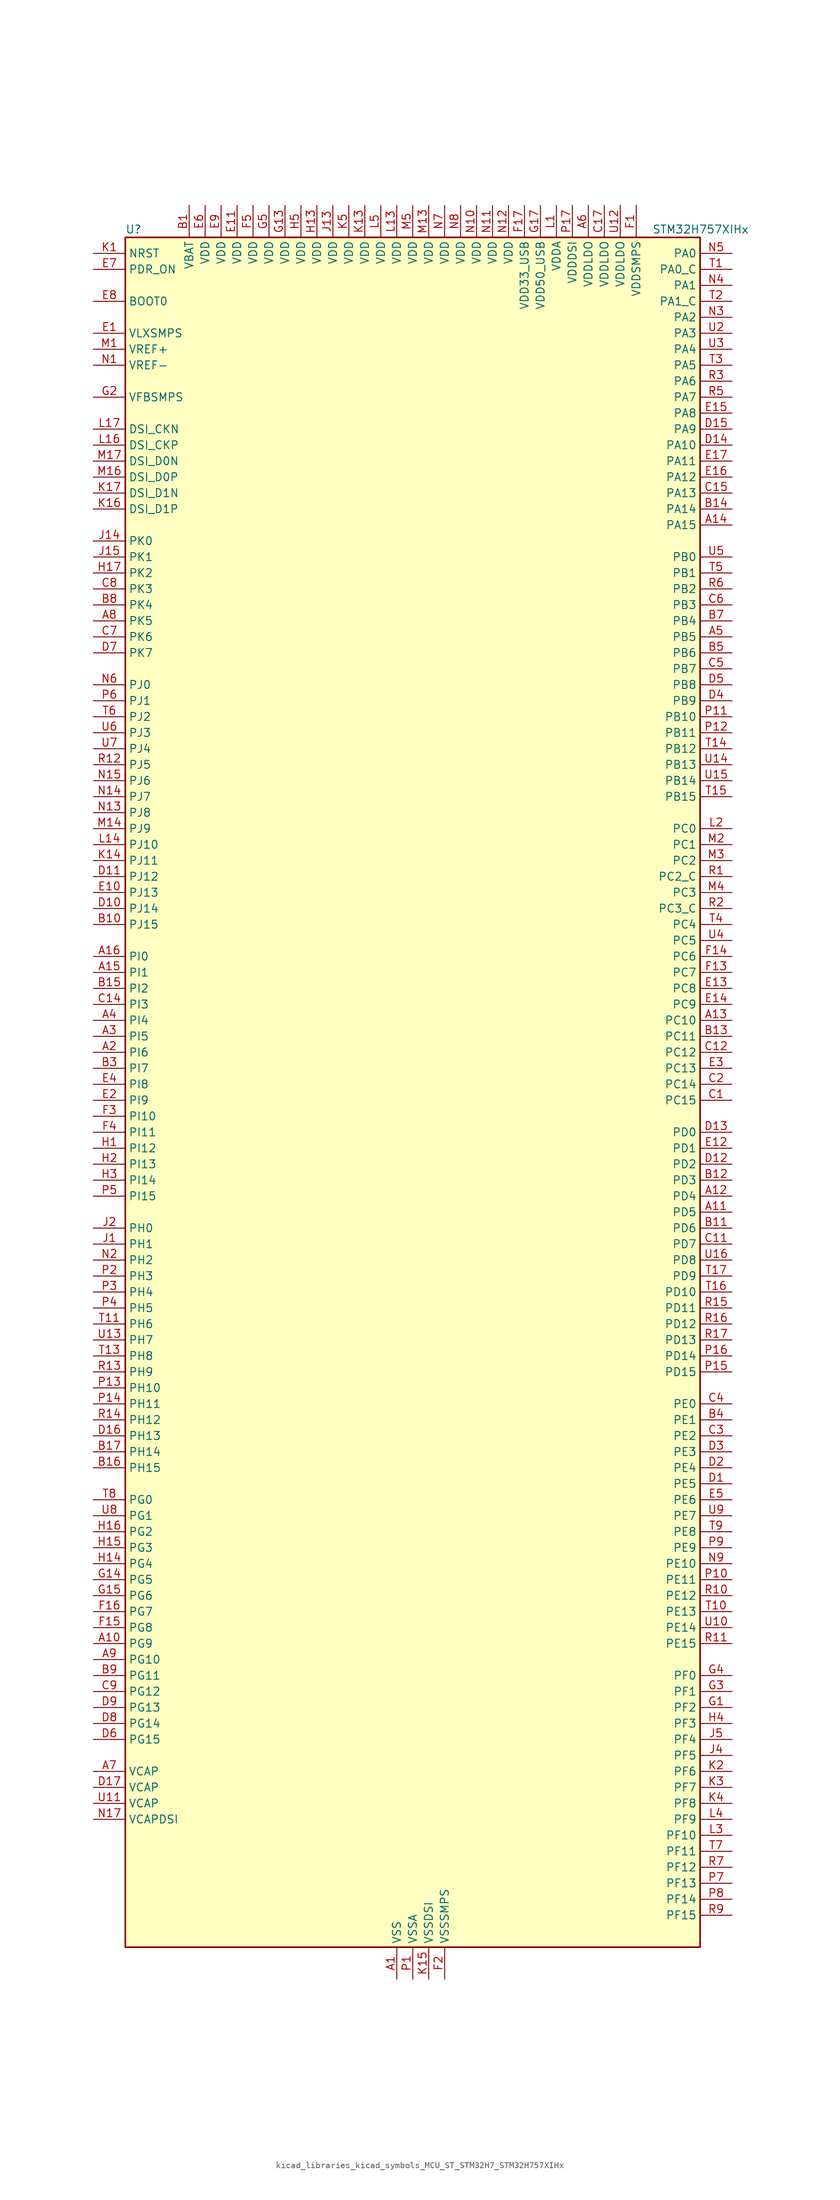
<source format=kicad_sym>
(kicad_symbol_lib
  (version 20220914)
  (generator kicad_symbol_editor)
  (symbol "kicad_libraries_kicad_symbols_MCU_ST_STM32H7_STM32H757XIHx"
    (property "Reference" "U"
      (at -45.72 138.43 0)
      (effects (font (size 1.27 1.27)) (justify left)))
    (property "Value" "STM32H757XIHx"
      (at 38.1 138.43 0)
      (effects (font (size 1.27 1.27)) (justify left)))
    (property "ki_locked" ""
      (at 0 0 0)
      (effects (font (size 1.27 1.27))))
    (symbol "kicad_libraries_kicad_symbols_MCU_ST_STM32H7_STM32H757XIHx_0_1"
      (rectangle (start -45.72 -134.62) (end 45.72 137.16) (stroke (width 0.254) (type default)) (fill (type background))))
    (symbol "kicad_libraries_kicad_symbols_MCU_ST_STM32H7_STM32H757XIHx_1_1"
      (pin power_in line (at -2.54 -139.7 90) (length 5.08) (name "VSS" (effects (font (size 1.27 1.27)))) (number "A1" (effects (font (size 1.27 1.27)))))
      (pin bidirectional line (at -50.8 -86.36 0) (length 5.08) (name "PG9" (effects (font (size 1.27 1.27)))) (number "A10" (effects (font (size 1.27 1.27)))) (alternate "DAC1_EXTI9" bidirectional line) (alternate "DCMI_VSYNC" bidirectional line) (alternate "FMC_NCE" bidirectional line) (alternate "FMC_NE2" bidirectional line) (alternate "I2S1_SDI" bidirectional line) (alternate "QUADSPI_BK2_IO2" bidirectional line) (alternate "SAI2_FS_B" bidirectional line) (alternate "SPDIFRX1_IN3" bidirectional line) (alternate "SPI1_MISO" bidirectional line) (alternate "USART6_RX" bidirectional line))
      (pin bidirectional line (at 50.8 -17.78 180) (length 5.08) (name "PD5" (effects (font (size 1.27 1.27)))) (number "A11" (effects (font (size 1.27 1.27)))) (alternate "FMC_NWE" bidirectional line) (alternate "HRTIM_EEV3" bidirectional line) (alternate "USART2_TX" bidirectional line))
      (pin bidirectional line (at 50.8 -15.24 180) (length 5.08) (name "PD4" (effects (font (size 1.27 1.27)))) (number "A12" (effects (font (size 1.27 1.27)))) (alternate "FMC_NOE" bidirectional line) (alternate "HRTIM_FLT3" bidirectional line) (alternate "SAI3_FS_A" bidirectional line) (alternate "USART2_DE" bidirectional line) (alternate "USART2_RTS" bidirectional line))
      (pin bidirectional line (at 50.8 12.7 180) (length 5.08) (name "PC10" (effects (font (size 1.27 1.27)))) (number "A13" (effects (font (size 1.27 1.27)))) (alternate "DCMI_D8" bidirectional line) (alternate "DFSDM1_CKIN5" bidirectional line) (alternate "HRTIM_EEV1" bidirectional line) (alternate "I2S3_CK" bidirectional line) (alternate "LTDC_R2" bidirectional line) (alternate "QUADSPI_BK1_IO1" bidirectional line) (alternate "SDMMC1_D2" bidirectional line) (alternate "SPI3_SCK" bidirectional line) (alternate "UART4_TX" bidirectional line) (alternate "USART3_TX" bidirectional line))
      (pin bidirectional line (at 50.8 91.44 180) (length 5.08) (name "PA15" (effects (font (size 1.27 1.27)))) (number "A14" (effects (font (size 1.27 1.27)))) (alternate "ADC1_EXTI15" bidirectional line) (alternate "ADC2_EXTI15" bidirectional line) (alternate "ADC3_EXTI15" bidirectional line) (alternate "CEC" bidirectional line) (alternate "DEBUG_JTDI" bidirectional line) (alternate "DSIHOST_TE" bidirectional line) (alternate "HRTIM_FLT1" bidirectional line) (alternate "I2S1_WS" bidirectional line) (alternate "I2S3_WS" bidirectional line) (alternate "SPI1_NSS" bidirectional line) (alternate "SPI3_NSS" bidirectional line) (alternate "SPI6_NSS" bidirectional line) (alternate "TIM2_CH1" bidirectional line) (alternate "TIM2_ETR" bidirectional line) (alternate "UART4_DE" bidirectional line) (alternate "UART4_RTS" bidirectional line) (alternate "UART7_TX" bidirectional line))
      (pin bidirectional line (at -50.8 20.32 0) (length 5.08) (name "PI1" (effects (font (size 1.27 1.27)))) (number "A15" (effects (font (size 1.27 1.27)))) (alternate "DCMI_D8" bidirectional line) (alternate "FMC_D25" bidirectional line) (alternate "I2S2_CK" bidirectional line) (alternate "LTDC_G6" bidirectional line) (alternate "SPI2_SCK" bidirectional line) (alternate "TIM8_BKIN2" bidirectional line) (alternate "TIM8_BKIN2_COMP1" bidirectional line) (alternate "TIM8_BKIN2_COMP2" bidirectional line))
      (pin bidirectional line (at -50.8 22.86 0) (length 5.08) (name "PI0" (effects (font (size 1.27 1.27)))) (number "A16" (effects (font (size 1.27 1.27)))) (alternate "DCMI_D13" bidirectional line) (alternate "FMC_D24" bidirectional line) (alternate "I2S2_WS" bidirectional line) (alternate "LTDC_G5" bidirectional line) (alternate "SPI2_NSS" bidirectional line) (alternate "TIM5_CH4" bidirectional line))
      (pin passive line (at -2.54 -139.7 90) (length 5.08) hide (name "VSS" (effects (font (size 1.27 1.27)))) (number "A17" (effects (font (size 1.27 1.27)))))
      (pin bidirectional line (at -50.8 7.62 0) (length 5.08) (name "PI6" (effects (font (size 1.27 1.27)))) (number "A2" (effects (font (size 1.27 1.27)))) (alternate "DCMI_D6" bidirectional line) (alternate "FMC_D28" bidirectional line) (alternate "LTDC_B6" bidirectional line) (alternate "SAI2_SD_A" bidirectional line) (alternate "TIM8_CH2" bidirectional line))
      (pin bidirectional line (at -50.8 10.16 0) (length 5.08) (name "PI5" (effects (font (size 1.27 1.27)))) (number "A3" (effects (font (size 1.27 1.27)))) (alternate "DCMI_VSYNC" bidirectional line) (alternate "FMC_NBL3" bidirectional line) (alternate "LTDC_B5" bidirectional line) (alternate "SAI2_SCK_A" bidirectional line) (alternate "TIM8_CH1" bidirectional line))
      (pin bidirectional line (at -50.8 12.7 0) (length 5.08) (name "PI4" (effects (font (size 1.27 1.27)))) (number "A4" (effects (font (size 1.27 1.27)))) (alternate "DCMI_D5" bidirectional line) (alternate "FMC_NBL2" bidirectional line) (alternate "LTDC_B4" bidirectional line) (alternate "SAI2_MCLK_A" bidirectional line) (alternate "TIM8_BKIN" bidirectional line) (alternate "TIM8_BKIN_COMP1" bidirectional line) (alternate "TIM8_BKIN_COMP2" bidirectional line))
      (pin bidirectional line (at 50.8 73.66 180) (length 5.08) (name "PB5" (effects (font (size 1.27 1.27)))) (number "A5" (effects (font (size 1.27 1.27)))) (alternate "DCMI_D10" bidirectional line) (alternate "ETH_PPS_OUT" bidirectional line) (alternate "FDCAN2_RX" bidirectional line) (alternate "FMC_SDCKE1" bidirectional line) (alternate "HRTIM_EEV7" bidirectional line) (alternate "I2C1_SMBA" bidirectional line) (alternate "I2C4_SMBA" bidirectional line) (alternate "I2S1_SDO" bidirectional line) (alternate "I2S3_SDO" bidirectional line) (alternate "SPI1_MOSI" bidirectional line) (alternate "SPI3_MOSI" bidirectional line) (alternate "SPI6_MOSI" bidirectional line) (alternate "TIM17_BKIN" bidirectional line) (alternate "TIM3_CH2" bidirectional line) (alternate "UART5_RX" bidirectional line) (alternate "USB_OTG_HS_ULPI_D7" bidirectional line))
      (pin power_in line (at 27.94 142.24 270) (length 5.08) (name "VDDLDO" (effects (font (size 1.27 1.27)))) (number "A6" (effects (font (size 1.27 1.27)))))
      (pin power_out line (at -50.8 -106.68 0) (length 5.08) (name "VCAP" (effects (font (size 1.27 1.27)))) (number "A7" (effects (font (size 1.27 1.27)))))
      (pin bidirectional line (at -50.8 76.2 0) (length 5.08) (name "PK5" (effects (font (size 1.27 1.27)))) (number "A8" (effects (font (size 1.27 1.27)))) (alternate "LTDC_B6" bidirectional line))
      (pin bidirectional line (at -50.8 -88.9 0) (length 5.08) (name "PG10" (effects (font (size 1.27 1.27)))) (number "A9" (effects (font (size 1.27 1.27)))) (alternate "DCMI_D2" bidirectional line) (alternate "FMC_NE3" bidirectional line) (alternate "HRTIM_FLT5" bidirectional line) (alternate "I2S1_WS" bidirectional line) (alternate "LTDC_B2" bidirectional line) (alternate "LTDC_G3" bidirectional line) (alternate "SAI2_SD_B" bidirectional line) (alternate "SPI1_NSS" bidirectional line))
      (pin power_in line (at -35.56 142.24 270) (length 5.08) (name "VBAT" (effects (font (size 1.27 1.27)))) (number "B1" (effects (font (size 1.27 1.27)))))
      (pin bidirectional line (at -50.8 27.94 0) (length 5.08) (name "PJ15" (effects (font (size 1.27 1.27)))) (number "B10" (effects (font (size 1.27 1.27)))) (alternate "ADC1_EXTI15" bidirectional line) (alternate "ADC2_EXTI15" bidirectional line) (alternate "ADC3_EXTI15" bidirectional line) (alternate "LTDC_B3" bidirectional line))
      (pin bidirectional line (at 50.8 -20.32 180) (length 5.08) (name "PD6" (effects (font (size 1.27 1.27)))) (number "B11" (effects (font (size 1.27 1.27)))) (alternate "DCMI_D10" bidirectional line) (alternate "DFSDM1_CKIN4" bidirectional line) (alternate "DFSDM1_DATIN1" bidirectional line) (alternate "FMC_NWAIT" bidirectional line) (alternate "I2S3_SDO" bidirectional line) (alternate "LTDC_B2" bidirectional line) (alternate "SAI1_D1" bidirectional line) (alternate "SAI1_SD_A" bidirectional line) (alternate "SAI4_D1" bidirectional line) (alternate "SAI4_SD_A" bidirectional line) (alternate "SDMMC2_CK" bidirectional line) (alternate "SPI3_MOSI" bidirectional line) (alternate "USART2_RX" bidirectional line))
      (pin bidirectional line (at 50.8 -12.7 180) (length 5.08) (name "PD3" (effects (font (size 1.27 1.27)))) (number "B12" (effects (font (size 1.27 1.27)))) (alternate "DCMI_D5" bidirectional line) (alternate "DFSDM1_CKOUT" bidirectional line) (alternate "FMC_CLK" bidirectional line) (alternate "I2S2_CK" bidirectional line) (alternate "LTDC_G7" bidirectional line) (alternate "SPI2_SCK" bidirectional line) (alternate "USART2_CTS" bidirectional line) (alternate "USART2_NSS" bidirectional line))
      (pin bidirectional line (at 50.8 10.16 180) (length 5.08) (name "PC11" (effects (font (size 1.27 1.27)))) (number "B13" (effects (font (size 1.27 1.27)))) (alternate "ADC1_EXTI11" bidirectional line) (alternate "ADC2_EXTI11" bidirectional line) (alternate "ADC3_EXTI11" bidirectional line) (alternate "DCMI_D4" bidirectional line) (alternate "DFSDM1_DATIN5" bidirectional line) (alternate "HRTIM_FLT2" bidirectional line) (alternate "I2S3_SDI" bidirectional line) (alternate "QUADSPI_BK2_NCS" bidirectional line) (alternate "SDMMC1_D3" bidirectional line) (alternate "SPI3_MISO" bidirectional line) (alternate "UART4_RX" bidirectional line) (alternate "USART3_RX" bidirectional line))
      (pin bidirectional line (at 50.8 93.98 180) (length 5.08) (name "PA14" (effects (font (size 1.27 1.27)))) (number "B14" (effects (font (size 1.27 1.27)))) (alternate "DEBUG_JTCK-SWCLK" bidirectional line))
      (pin bidirectional line (at -50.8 17.78 0) (length 5.08) (name "PI2" (effects (font (size 1.27 1.27)))) (number "B15" (effects (font (size 1.27 1.27)))) (alternate "DCMI_D9" bidirectional line) (alternate "FMC_D26" bidirectional line) (alternate "I2S2_SDI" bidirectional line) (alternate "LTDC_G7" bidirectional line) (alternate "SPI2_MISO" bidirectional line) (alternate "TIM8_CH4" bidirectional line))
      (pin bidirectional line (at -50.8 -58.42 0) (length 5.08) (name "PH15" (effects (font (size 1.27 1.27)))) (number "B16" (effects (font (size 1.27 1.27)))) (alternate "ADC1_EXTI15" bidirectional line) (alternate "ADC2_EXTI15" bidirectional line) (alternate "ADC3_EXTI15" bidirectional line) (alternate "DCMI_D11" bidirectional line) (alternate "FMC_D23" bidirectional line) (alternate "LTDC_G4" bidirectional line) (alternate "TIM8_CH3N" bidirectional line))
      (pin bidirectional line (at -50.8 -55.88 0) (length 5.08) (name "PH14" (effects (font (size 1.27 1.27)))) (number "B17" (effects (font (size 1.27 1.27)))) (alternate "DCMI_D4" bidirectional line) (alternate "FDCAN1_RX" bidirectional line) (alternate "FMC_D22" bidirectional line) (alternate "LTDC_G3" bidirectional line) (alternate "TIM8_CH2N" bidirectional line) (alternate "UART4_RX" bidirectional line))
      (pin passive line (at -2.54 -139.7 90) (length 5.08) hide (name "VSS" (effects (font (size 1.27 1.27)))) (number "B2" (effects (font (size 1.27 1.27)))))
      (pin bidirectional line (at -50.8 5.08 0) (length 5.08) (name "PI7" (effects (font (size 1.27 1.27)))) (number "B3" (effects (font (size 1.27 1.27)))) (alternate "DCMI_D7" bidirectional line) (alternate "FMC_D29" bidirectional line) (alternate "LTDC_B7" bidirectional line) (alternate "SAI2_FS_A" bidirectional line) (alternate "TIM8_CH3" bidirectional line))
      (pin bidirectional line (at 50.8 -50.8 180) (length 5.08) (name "PE1" (effects (font (size 1.27 1.27)))) (number "B4" (effects (font (size 1.27 1.27)))) (alternate "DCMI_D3" bidirectional line) (alternate "FMC_NBL1" bidirectional line) (alternate "HRTIM_SCOUT" bidirectional line) (alternate "LPTIM1_IN2" bidirectional line) (alternate "UART8_TX" bidirectional line))
      (pin bidirectional line (at 50.8 71.12 180) (length 5.08) (name "PB6" (effects (font (size 1.27 1.27)))) (number "B5" (effects (font (size 1.27 1.27)))) (alternate "CEC" bidirectional line) (alternate "DCMI_D5" bidirectional line) (alternate "DFSDM1_DATIN5" bidirectional line) (alternate "FDCAN2_TX" bidirectional line) (alternate "FMC_SDNE1" bidirectional line) (alternate "HRTIM_EEV8" bidirectional line) (alternate "I2C1_SCL" bidirectional line) (alternate "I2C4_SCL" bidirectional line) (alternate "LPUART1_TX" bidirectional line) (alternate "QUADSPI_BK1_NCS" bidirectional line) (alternate "TIM16_CH1N" bidirectional line) (alternate "TIM4_CH1" bidirectional line) (alternate "UART5_TX" bidirectional line) (alternate "USART1_TX" bidirectional line))
      (pin passive line (at -2.54 -139.7 90) (length 5.08) hide (name "VSS" (effects (font (size 1.27 1.27)))) (number "B6" (effects (font (size 1.27 1.27)))))
      (pin bidirectional line (at 50.8 76.2 180) (length 5.08) (name "PB4" (effects (font (size 1.27 1.27)))) (number "B7" (effects (font (size 1.27 1.27)))) (alternate "DEBUG_JTRST" bidirectional line) (alternate "HRTIM_EEV6" bidirectional line) (alternate "I2S1_SDI" bidirectional line) (alternate "I2S2_WS" bidirectional line) (alternate "I2S3_SDI" bidirectional line) (alternate "SDMMC2_D3" bidirectional line) (alternate "SPI1_MISO" bidirectional line) (alternate "SPI2_NSS" bidirectional line) (alternate "SPI3_MISO" bidirectional line) (alternate "SPI6_MISO" bidirectional line) (alternate "TIM16_BKIN" bidirectional line) (alternate "TIM3_CH1" bidirectional line) (alternate "UART7_TX" bidirectional line))
      (pin bidirectional line (at -50.8 78.74 0) (length 5.08) (name "PK4" (effects (font (size 1.27 1.27)))) (number "B8" (effects (font (size 1.27 1.27)))) (alternate "LTDC_B5" bidirectional line))
      (pin bidirectional line (at -50.8 -91.44 0) (length 5.08) (name "PG11" (effects (font (size 1.27 1.27)))) (number "B9" (effects (font (size 1.27 1.27)))) (alternate "ADC1_EXTI11" bidirectional line) (alternate "ADC2_EXTI11" bidirectional line) (alternate "ADC3_EXTI11" bidirectional line) (alternate "DCMI_D3" bidirectional line) (alternate "ETH_TX_EN" bidirectional line) (alternate "HRTIM_EEV4" bidirectional line) (alternate "I2S1_CK" bidirectional line) (alternate "LPTIM1_IN2" bidirectional line) (alternate "LTDC_B3" bidirectional line) (alternate "SDMMC2_D2" bidirectional line) (alternate "SPDIFRX1_IN0" bidirectional line) (alternate "SPI1_SCK" bidirectional line))
      (pin bidirectional line (at 50.8 0 180) (length 5.08) (name "PC15" (effects (font (size 1.27 1.27)))) (number "C1" (effects (font (size 1.27 1.27)))) (alternate "ADC1_EXTI15" bidirectional line) (alternate "ADC2_EXTI15" bidirectional line) (alternate "ADC3_EXTI15" bidirectional line) (alternate "RCC_OSC32_OUT" bidirectional line))
      (pin passive line (at -2.54 -139.7 90) (length 5.08) hide (name "VSS" (effects (font (size 1.27 1.27)))) (number "C10" (effects (font (size 1.27 1.27)))))
      (pin bidirectional line (at 50.8 -22.86 180) (length 5.08) (name "PD7" (effects (font (size 1.27 1.27)))) (number "C11" (effects (font (size 1.27 1.27)))) (alternate "DFSDM1_CKIN1" bidirectional line) (alternate "DFSDM1_DATIN4" bidirectional line) (alternate "FMC_NE1" bidirectional line) (alternate "I2S1_SDO" bidirectional line) (alternate "SDMMC2_CMD" bidirectional line) (alternate "SPDIFRX1_IN0" bidirectional line) (alternate "SPI1_MOSI" bidirectional line) (alternate "USART2_CK" bidirectional line))
      (pin bidirectional line (at 50.8 7.62 180) (length 5.08) (name "PC12" (effects (font (size 1.27 1.27)))) (number "C12" (effects (font (size 1.27 1.27)))) (alternate "DCMI_D9" bidirectional line) (alternate "DEBUG_TRACED3" bidirectional line) (alternate "HRTIM_EEV2" bidirectional line) (alternate "I2S3_SDO" bidirectional line) (alternate "SDMMC1_CK" bidirectional line) (alternate "SPI3_MOSI" bidirectional line) (alternate "UART5_TX" bidirectional line) (alternate "USART3_CK" bidirectional line))
      (pin passive line (at -2.54 -139.7 90) (length 5.08) hide (name "VSS" (effects (font (size 1.27 1.27)))) (number "C13" (effects (font (size 1.27 1.27)))))
      (pin bidirectional line (at -50.8 15.24 0) (length 5.08) (name "PI3" (effects (font (size 1.27 1.27)))) (number "C14" (effects (font (size 1.27 1.27)))) (alternate "DCMI_D10" bidirectional line) (alternate "FMC_D27" bidirectional line) (alternate "I2S2_SDO" bidirectional line) (alternate "SPI2_MOSI" bidirectional line) (alternate "TIM8_ETR" bidirectional line))
      (pin bidirectional line (at 50.8 96.52 180) (length 5.08) (name "PA13" (effects (font (size 1.27 1.27)))) (number "C15" (effects (font (size 1.27 1.27)))) (alternate "DEBUG_JTMS-SWDIO" bidirectional line))
      (pin passive line (at -2.54 -139.7 90) (length 5.08) hide (name "VSS" (effects (font (size 1.27 1.27)))) (number "C16" (effects (font (size 1.27 1.27)))))
      (pin power_in line (at 30.48 142.24 270) (length 5.08) (name "VDDLDO" (effects (font (size 1.27 1.27)))) (number "C17" (effects (font (size 1.27 1.27)))))
      (pin bidirectional line (at 50.8 2.54 180) (length 5.08) (name "PC14" (effects (font (size 1.27 1.27)))) (number "C2" (effects (font (size 1.27 1.27)))) (alternate "RCC_OSC32_IN" bidirectional line))
      (pin bidirectional line (at 50.8 -53.34 180) (length 5.08) (name "PE2" (effects (font (size 1.27 1.27)))) (number "C3" (effects (font (size 1.27 1.27)))) (alternate "DEBUG_TRACECLK" bidirectional line) (alternate "ETH_TXD3" bidirectional line) (alternate "FMC_A23" bidirectional line) (alternate "QUADSPI_BK1_IO2" bidirectional line) (alternate "SAI1_CK1" bidirectional line) (alternate "SAI1_MCLK_A" bidirectional line) (alternate "SAI4_CK1" bidirectional line) (alternate "SAI4_MCLK_A" bidirectional line) (alternate "SPI4_SCK" bidirectional line))
      (pin bidirectional line (at 50.8 -48.26 180) (length 5.08) (name "PE0" (effects (font (size 1.27 1.27)))) (number "C4" (effects (font (size 1.27 1.27)))) (alternate "DCMI_D2" bidirectional line) (alternate "FMC_NBL0" bidirectional line) (alternate "HRTIM_SCIN" bidirectional line) (alternate "LPTIM1_ETR" bidirectional line) (alternate "LPTIM2_ETR" bidirectional line) (alternate "SAI2_MCLK_A" bidirectional line) (alternate "TIM4_ETR" bidirectional line) (alternate "UART8_RX" bidirectional line))
      (pin bidirectional line (at 50.8 68.58 180) (length 5.08) (name "PB7" (effects (font (size 1.27 1.27)))) (number "C5" (effects (font (size 1.27 1.27)))) (alternate "DCMI_VSYNC" bidirectional line) (alternate "DFSDM1_CKIN5" bidirectional line) (alternate "FMC_NL" bidirectional line) (alternate "HRTIM_EEV9" bidirectional line) (alternate "I2C1_SDA" bidirectional line) (alternate "I2C4_SDA" bidirectional line) (alternate "LPUART1_RX" bidirectional line) (alternate "PWR_PVD_IN" bidirectional line) (alternate "TIM17_CH1N" bidirectional line) (alternate "TIM4_CH2" bidirectional line) (alternate "USART1_RX" bidirectional line))
      (pin bidirectional line (at 50.8 78.74 180) (length 5.08) (name "PB3" (effects (font (size 1.27 1.27)))) (number "C6" (effects (font (size 1.27 1.27)))) (alternate "CRS_SYNC" bidirectional line) (alternate "DEBUG_JTDO-SWO" bidirectional line) (alternate "HRTIM_FLT4" bidirectional line) (alternate "I2S1_CK" bidirectional line) (alternate "I2S3_CK" bidirectional line) (alternate "SDMMC2_D2" bidirectional line) (alternate "SPI1_SCK" bidirectional line) (alternate "SPI3_SCK" bidirectional line) (alternate "SPI6_SCK" bidirectional line) (alternate "TIM2_CH2" bidirectional line) (alternate "UART7_RX" bidirectional line))
      (pin bidirectional line (at -50.8 73.66 0) (length 5.08) (name "PK6" (effects (font (size 1.27 1.27)))) (number "C7" (effects (font (size 1.27 1.27)))) (alternate "LTDC_B7" bidirectional line))
      (pin bidirectional line (at -50.8 81.28 0) (length 5.08) (name "PK3" (effects (font (size 1.27 1.27)))) (number "C8" (effects (font (size 1.27 1.27)))) (alternate "LTDC_B4" bidirectional line))
      (pin bidirectional line (at -50.8 -93.98 0) (length 5.08) (name "PG12" (effects (font (size 1.27 1.27)))) (number "C9" (effects (font (size 1.27 1.27)))) (alternate "ETH_TXD1" bidirectional line) (alternate "FMC_NE4" bidirectional line) (alternate "HRTIM_EEV5" bidirectional line) (alternate "LPTIM1_IN1" bidirectional line) (alternate "LTDC_B1" bidirectional line) (alternate "LTDC_B4" bidirectional line) (alternate "SPDIFRX1_IN1" bidirectional line) (alternate "SPI6_MISO" bidirectional line) (alternate "USART6_DE" bidirectional line) (alternate "USART6_RTS" bidirectional line))
      (pin bidirectional line (at 50.8 -60.96 180) (length 5.08) (name "PE5" (effects (font (size 1.27 1.27)))) (number "D1" (effects (font (size 1.27 1.27)))) (alternate "DCMI_D6" bidirectional line) (alternate "DEBUG_TRACED2" bidirectional line) (alternate "DFSDM1_CKIN3" bidirectional line) (alternate "FMC_A21" bidirectional line) (alternate "LTDC_G0" bidirectional line) (alternate "SAI1_CK2" bidirectional line) (alternate "SAI1_SCK_A" bidirectional line) (alternate "SAI4_CK2" bidirectional line) (alternate "SAI4_SCK_A" bidirectional line) (alternate "SPI4_MISO" bidirectional line) (alternate "TIM15_CH1" bidirectional line))
      (pin bidirectional line (at -50.8 30.48 0) (length 5.08) (name "PJ14" (effects (font (size 1.27 1.27)))) (number "D10" (effects (font (size 1.27 1.27)))) (alternate "LTDC_B2" bidirectional line))
      (pin bidirectional line (at -50.8 35.56 0) (length 5.08) (name "PJ12" (effects (font (size 1.27 1.27)))) (number "D11" (effects (font (size 1.27 1.27)))) (alternate "DEBUG_TRGOUT" bidirectional line) (alternate "LTDC_B0" bidirectional line) (alternate "LTDC_G3" bidirectional line))
      (pin bidirectional line (at 50.8 -10.16 180) (length 5.08) (name "PD2" (effects (font (size 1.27 1.27)))) (number "D12" (effects (font (size 1.27 1.27)))) (alternate "DCMI_D11" bidirectional line) (alternate "DEBUG_TRACED2" bidirectional line) (alternate "SDMMC1_CMD" bidirectional line) (alternate "TIM3_ETR" bidirectional line) (alternate "UART5_RX" bidirectional line))
      (pin bidirectional line (at 50.8 -5.08 180) (length 5.08) (name "PD0" (effects (font (size 1.27 1.27)))) (number "D13" (effects (font (size 1.27 1.27)))) (alternate "DFSDM1_CKIN6" bidirectional line) (alternate "FDCAN1_RX" bidirectional line) (alternate "FMC_D2" bidirectional line) (alternate "FMC_DA2" bidirectional line) (alternate "SAI3_SCK_A" bidirectional line) (alternate "UART4_RX" bidirectional line))
      (pin bidirectional line (at 50.8 104.14 180) (length 5.08) (name "PA10" (effects (font (size 1.27 1.27)))) (number "D14" (effects (font (size 1.27 1.27)))) (alternate "DCMI_D1" bidirectional line) (alternate "HRTIM_CHC2" bidirectional line) (alternate "LPUART1_RX" bidirectional line) (alternate "LTDC_B1" bidirectional line) (alternate "LTDC_B4" bidirectional line) (alternate "MDIOS_MDIO" bidirectional line) (alternate "TIM1_CH3" bidirectional line) (alternate "USART1_RX" bidirectional line) (alternate "USB_OTG_FS_ID" bidirectional line))
      (pin bidirectional line (at 50.8 106.68 180) (length 5.08) (name "PA9" (effects (font (size 1.27 1.27)))) (number "D15" (effects (font (size 1.27 1.27)))) (alternate "DAC1_EXTI9" bidirectional line) (alternate "DCMI_D0" bidirectional line) (alternate "HRTIM_CHC1" bidirectional line) (alternate "I2C3_SMBA" bidirectional line) (alternate "I2S2_CK" bidirectional line) (alternate "LPUART1_TX" bidirectional line) (alternate "LTDC_R5" bidirectional line) (alternate "SPI2_SCK" bidirectional line) (alternate "TIM1_CH2" bidirectional line) (alternate "USART1_TX" bidirectional line) (alternate "USB_OTG_FS_VBUS" bidirectional line))
      (pin bidirectional line (at -50.8 -53.34 0) (length 5.08) (name "PH13" (effects (font (size 1.27 1.27)))) (number "D16" (effects (font (size 1.27 1.27)))) (alternate "FDCAN1_TX" bidirectional line) (alternate "FMC_D21" bidirectional line) (alternate "LTDC_G2" bidirectional line) (alternate "TIM8_CH1N" bidirectional line) (alternate "UART4_TX" bidirectional line))
      (pin power_out line (at -50.8 -109.22 0) (length 5.08) (name "VCAP" (effects (font (size 1.27 1.27)))) (number "D17" (effects (font (size 1.27 1.27)))))
      (pin bidirectional line (at 50.8 -58.42 180) (length 5.08) (name "PE4" (effects (font (size 1.27 1.27)))) (number "D2" (effects (font (size 1.27 1.27)))) (alternate "DCMI_D4" bidirectional line) (alternate "DEBUG_TRACED1" bidirectional line) (alternate "DFSDM1_DATIN3" bidirectional line) (alternate "FMC_A20" bidirectional line) (alternate "LTDC_B0" bidirectional line) (alternate "SAI1_D2" bidirectional line) (alternate "SAI1_FS_A" bidirectional line) (alternate "SAI4_D2" bidirectional line) (alternate "SAI4_FS_A" bidirectional line) (alternate "SPI4_NSS" bidirectional line) (alternate "TIM15_CH1N" bidirectional line))
      (pin bidirectional line (at 50.8 -55.88 180) (length 5.08) (name "PE3" (effects (font (size 1.27 1.27)))) (number "D3" (effects (font (size 1.27 1.27)))) (alternate "DEBUG_TRACED0" bidirectional line) (alternate "FMC_A19" bidirectional line) (alternate "SAI1_SD_B" bidirectional line) (alternate "SAI4_SD_B" bidirectional line) (alternate "TIM15_BKIN" bidirectional line))
      (pin bidirectional line (at 50.8 63.5 180) (length 5.08) (name "PB9" (effects (font (size 1.27 1.27)))) (number "D4" (effects (font (size 1.27 1.27)))) (alternate "DAC1_EXTI9" bidirectional line) (alternate "DCMI_D7" bidirectional line) (alternate "DFSDM1_DATIN7" bidirectional line) (alternate "FDCAN1_TX" bidirectional line) (alternate "I2C1_SDA" bidirectional line) (alternate "I2C4_SDA" bidirectional line) (alternate "I2C4_SMBA" bidirectional line) (alternate "I2S2_WS" bidirectional line) (alternate "LTDC_B7" bidirectional line) (alternate "SDMMC1_CDIR" bidirectional line) (alternate "SDMMC1_D5" bidirectional line) (alternate "SDMMC2_D5" bidirectional line) (alternate "SPI2_NSS" bidirectional line) (alternate "TIM17_CH1" bidirectional line) (alternate "TIM4_CH4" bidirectional line) (alternate "UART4_TX" bidirectional line))
      (pin bidirectional line (at 50.8 66.04 180) (length 5.08) (name "PB8" (effects (font (size 1.27 1.27)))) (number "D5" (effects (font (size 1.27 1.27)))) (alternate "DCMI_D6" bidirectional line) (alternate "DFSDM1_CKIN7" bidirectional line) (alternate "ETH_TXD3" bidirectional line) (alternate "FDCAN1_RX" bidirectional line) (alternate "I2C1_SCL" bidirectional line) (alternate "I2C4_SCL" bidirectional line) (alternate "LTDC_B6" bidirectional line) (alternate "SDMMC1_CKIN" bidirectional line) (alternate "SDMMC1_D4" bidirectional line) (alternate "SDMMC2_D4" bidirectional line) (alternate "TIM16_CH1" bidirectional line) (alternate "TIM4_CH3" bidirectional line) (alternate "UART4_RX" bidirectional line))
      (pin bidirectional line (at -50.8 -101.6 0) (length 5.08) (name "PG15" (effects (font (size 1.27 1.27)))) (number "D6" (effects (font (size 1.27 1.27)))) (alternate "ADC1_EXTI15" bidirectional line) (alternate "ADC2_EXTI15" bidirectional line) (alternate "ADC3_EXTI15" bidirectional line) (alternate "DCMI_D13" bidirectional line) (alternate "FMC_SDNCAS" bidirectional line) (alternate "USART6_CTS" bidirectional line) (alternate "USART6_NSS" bidirectional line))
      (pin bidirectional line (at -50.8 71.12 0) (length 5.08) (name "PK7" (effects (font (size 1.27 1.27)))) (number "D7" (effects (font (size 1.27 1.27)))) (alternate "LTDC_DE" bidirectional line))
      (pin bidirectional line (at -50.8 -99.06 0) (length 5.08) (name "PG14" (effects (font (size 1.27 1.27)))) (number "D8" (effects (font (size 1.27 1.27)))) (alternate "DEBUG_TRACED1" bidirectional line) (alternate "ETH_TXD1" bidirectional line) (alternate "FMC_A25" bidirectional line) (alternate "LPTIM1_ETR" bidirectional line) (alternate "LTDC_B0" bidirectional line) (alternate "QUADSPI_BK2_IO3" bidirectional line) (alternate "SPI6_MOSI" bidirectional line) (alternate "USART6_TX" bidirectional line))
      (pin bidirectional line (at -50.8 -96.52 0) (length 5.08) (name "PG13" (effects (font (size 1.27 1.27)))) (number "D9" (effects (font (size 1.27 1.27)))) (alternate "DEBUG_TRACED0" bidirectional line) (alternate "ETH_TXD0" bidirectional line) (alternate "FMC_A24" bidirectional line) (alternate "HRTIM_EEV10" bidirectional line) (alternate "LPTIM1_OUT" bidirectional line) (alternate "LTDC_R0" bidirectional line) (alternate "SPI6_SCK" bidirectional line) (alternate "USART6_CTS" bidirectional line) (alternate "USART6_NSS" bidirectional line))
      (pin power_in line (at -50.8 121.92 0) (length 5.08) (name "VLXSMPS" (effects (font (size 1.27 1.27)))) (number "E1" (effects (font (size 1.27 1.27)))))
      (pin bidirectional line (at -50.8 33.02 0) (length 5.08) (name "PJ13" (effects (font (size 1.27 1.27)))) (number "E10" (effects (font (size 1.27 1.27)))) (alternate "LTDC_B1" bidirectional line) (alternate "LTDC_B4" bidirectional line))
      (pin power_in line (at -27.94 142.24 270) (length 5.08) (name "VDD" (effects (font (size 1.27 1.27)))) (number "E11" (effects (font (size 1.27 1.27)))))
      (pin bidirectional line (at 50.8 -7.62 180) (length 5.08) (name "PD1" (effects (font (size 1.27 1.27)))) (number "E12" (effects (font (size 1.27 1.27)))) (alternate "DFSDM1_DATIN6" bidirectional line) (alternate "FDCAN1_TX" bidirectional line) (alternate "FMC_D3" bidirectional line) (alternate "FMC_DA3" bidirectional line) (alternate "SAI3_SD_A" bidirectional line) (alternate "UART4_TX" bidirectional line))
      (pin bidirectional line (at 50.8 17.78 180) (length 5.08) (name "PC8" (effects (font (size 1.27 1.27)))) (number "E13" (effects (font (size 1.27 1.27)))) (alternate "DCMI_D2" bidirectional line) (alternate "DEBUG_TRACED1" bidirectional line) (alternate "FMC_NCE" bidirectional line) (alternate "FMC_NE2" bidirectional line) (alternate "HRTIM_CHB1" bidirectional line) (alternate "SDMMC1_D0" bidirectional line) (alternate "SWPMI1_RX" bidirectional line) (alternate "TIM3_CH3" bidirectional line) (alternate "TIM8_CH3" bidirectional line) (alternate "UART5_DE" bidirectional line) (alternate "UART5_RTS" bidirectional line) (alternate "USART6_CK" bidirectional line))
      (pin bidirectional line (at 50.8 15.24 180) (length 5.08) (name "PC9" (effects (font (size 1.27 1.27)))) (number "E14" (effects (font (size 1.27 1.27)))) (alternate "DAC1_EXTI9" bidirectional line) (alternate "DCMI_D3" bidirectional line) (alternate "I2C3_SDA" bidirectional line) (alternate "I2S_CKIN" bidirectional line) (alternate "LTDC_B2" bidirectional line) (alternate "LTDC_G3" bidirectional line) (alternate "QUADSPI_BK1_IO0" bidirectional line) (alternate "RCC_MCO_2" bidirectional line) (alternate "SDMMC1_D1" bidirectional line) (alternate "SWPMI1_SUSPEND" bidirectional line) (alternate "TIM3_CH4" bidirectional line) (alternate "TIM8_CH4" bidirectional line) (alternate "UART5_CTS" bidirectional line))
      (pin bidirectional line (at 50.8 109.22 180) (length 5.08) (name "PA8" (effects (font (size 1.27 1.27)))) (number "E15" (effects (font (size 1.27 1.27)))) (alternate "HRTIM_CHB2" bidirectional line) (alternate "I2C3_SCL" bidirectional line) (alternate "LTDC_B3" bidirectional line) (alternate "LTDC_R6" bidirectional line) (alternate "RCC_MCO_1" bidirectional line) (alternate "TIM1_CH1" bidirectional line) (alternate "TIM8_BKIN2" bidirectional line) (alternate "TIM8_BKIN2_COMP1" bidirectional line) (alternate "TIM8_BKIN2_COMP2" bidirectional line) (alternate "UART7_RX" bidirectional line) (alternate "USART1_CK" bidirectional line) (alternate "USB_OTG_FS_SOF" bidirectional line))
      (pin bidirectional line (at 50.8 99.06 180) (length 5.08) (name "PA12" (effects (font (size 1.27 1.27)))) (number "E16" (effects (font (size 1.27 1.27)))) (alternate "FDCAN1_TX" bidirectional line) (alternate "HRTIM_CHD2" bidirectional line) (alternate "I2S2_CK" bidirectional line) (alternate "LPUART1_DE" bidirectional line) (alternate "LPUART1_RTS" bidirectional line) (alternate "LTDC_R5" bidirectional line) (alternate "SAI2_FS_B" bidirectional line) (alternate "SPI2_SCK" bidirectional line) (alternate "TIM1_ETR" bidirectional line) (alternate "UART4_TX" bidirectional line) (alternate "USART1_DE" bidirectional line) (alternate "USART1_RTS" bidirectional line) (alternate "USB_OTG_FS_DP" bidirectional line))
      (pin bidirectional line (at 50.8 101.6 180) (length 5.08) (name "PA11" (effects (font (size 1.27 1.27)))) (number "E17" (effects (font (size 1.27 1.27)))) (alternate "ADC1_EXTI11" bidirectional line) (alternate "ADC2_EXTI11" bidirectional line) (alternate "ADC3_EXTI11" bidirectional line) (alternate "FDCAN1_RX" bidirectional line) (alternate "HRTIM_CHD1" bidirectional line) (alternate "I2S2_WS" bidirectional line) (alternate "LPUART1_CTS" bidirectional line) (alternate "LTDC_R4" bidirectional line) (alternate "SPI2_NSS" bidirectional line) (alternate "TIM1_CH4" bidirectional line) (alternate "UART4_RX" bidirectional line) (alternate "USART1_CTS" bidirectional line) (alternate "USART1_NSS" bidirectional line) (alternate "USB_OTG_FS_DM" bidirectional line))
      (pin bidirectional line (at -50.8 0 0) (length 5.08) (name "PI9" (effects (font (size 1.27 1.27)))) (number "E2" (effects (font (size 1.27 1.27)))) (alternate "DAC1_EXTI9" bidirectional line) (alternate "FDCAN1_RX" bidirectional line) (alternate "FMC_D30" bidirectional line) (alternate "LTDC_VSYNC" bidirectional line) (alternate "UART4_RX" bidirectional line))
      (pin bidirectional line (at 50.8 5.08 180) (length 5.08) (name "PC13" (effects (font (size 1.27 1.27)))) (number "E3" (effects (font (size 1.27 1.27)))) (alternate "PWR_WKUP2" bidirectional line) (alternate "RTC_OUT_ALARM" bidirectional line) (alternate "RTC_OUT_CALIB" bidirectional line) (alternate "RTC_TAMP1" bidirectional line) (alternate "RTC_TS" bidirectional line))
      (pin bidirectional line (at -50.8 2.54 0) (length 5.08) (name "PI8" (effects (font (size 1.27 1.27)))) (number "E4" (effects (font (size 1.27 1.27)))) (alternate "PWR_WKUP3" bidirectional line) (alternate "RTC_TAMP2" bidirectional line))
      (pin bidirectional line (at 50.8 -63.5 180) (length 5.08) (name "PE6" (effects (font (size 1.27 1.27)))) (number "E5" (effects (font (size 1.27 1.27)))) (alternate "DCMI_D7" bidirectional line) (alternate "DEBUG_TRACED3" bidirectional line) (alternate "FMC_A22" bidirectional line) (alternate "LTDC_G1" bidirectional line) (alternate "SAI1_D1" bidirectional line) (alternate "SAI1_SD_A" bidirectional line) (alternate "SAI2_MCLK_B" bidirectional line) (alternate "SAI4_D1" bidirectional line) (alternate "SAI4_SD_A" bidirectional line) (alternate "SPI4_MOSI" bidirectional line) (alternate "TIM15_CH2" bidirectional line) (alternate "TIM1_BKIN2" bidirectional line) (alternate "TIM1_BKIN2_COMP1" bidirectional line) (alternate "TIM1_BKIN2_COMP2" bidirectional line))
      (pin power_in line (at -33.02 142.24 270) (length 5.08) (name "VDD" (effects (font (size 1.27 1.27)))) (number "E6" (effects (font (size 1.27 1.27)))))
      (pin input line (at -50.8 132.08 0) (length 5.08) (name "PDR_ON" (effects (font (size 1.27 1.27)))) (number "E7" (effects (font (size 1.27 1.27)))))
      (pin input line (at -50.8 127 0) (length 5.08) (name "BOOT0" (effects (font (size 1.27 1.27)))) (number "E8" (effects (font (size 1.27 1.27)))))
      (pin power_in line (at -30.48 142.24 270) (length 5.08) (name "VDD" (effects (font (size 1.27 1.27)))) (number "E9" (effects (font (size 1.27 1.27)))))
      (pin power_in line (at 35.56 142.24 270) (length 5.08) (name "VDDSMPS" (effects (font (size 1.27 1.27)))) (number "F1" (effects (font (size 1.27 1.27)))))
      (pin bidirectional line (at 50.8 20.32 180) (length 5.08) (name "PC7" (effects (font (size 1.27 1.27)))) (number "F13" (effects (font (size 1.27 1.27)))) (alternate "DCMI_D1" bidirectional line) (alternate "DEBUG_TRGIO" bidirectional line) (alternate "DFSDM1_DATIN3" bidirectional line) (alternate "FMC_NE1" bidirectional line) (alternate "HRTIM_CHA2" bidirectional line) (alternate "I2S3_MCK" bidirectional line) (alternate "LTDC_G6" bidirectional line) (alternate "SDMMC1_D123DIR" bidirectional line) (alternate "SDMMC1_D7" bidirectional line) (alternate "SDMMC2_D7" bidirectional line) (alternate "SWPMI1_TX" bidirectional line) (alternate "TIM3_CH2" bidirectional line) (alternate "TIM8_CH2" bidirectional line) (alternate "USART6_RX" bidirectional line))
      (pin bidirectional line (at 50.8 22.86 180) (length 5.08) (name "PC6" (effects (font (size 1.27 1.27)))) (number "F14" (effects (font (size 1.27 1.27)))) (alternate "DCMI_D0" bidirectional line) (alternate "DFSDM1_CKIN3" bidirectional line) (alternate "FMC_NWAIT" bidirectional line) (alternate "HRTIM_CHA1" bidirectional line) (alternate "I2S2_MCK" bidirectional line) (alternate "LTDC_HSYNC" bidirectional line) (alternate "SDMMC1_D0DIR" bidirectional line) (alternate "SDMMC1_D6" bidirectional line) (alternate "SDMMC2_D6" bidirectional line) (alternate "SWPMI1_IO" bidirectional line) (alternate "TIM3_CH1" bidirectional line) (alternate "TIM8_CH1" bidirectional line) (alternate "USART6_TX" bidirectional line))
      (pin bidirectional line (at -50.8 -83.82 0) (length 5.08) (name "PG8" (effects (font (size 1.27 1.27)))) (number "F15" (effects (font (size 1.27 1.27)))) (alternate "ETH_PPS_OUT" bidirectional line) (alternate "FMC_SDCLK" bidirectional line) (alternate "LTDC_G7" bidirectional line) (alternate "SPDIFRX1_IN2" bidirectional line) (alternate "SPI6_NSS" bidirectional line) (alternate "TIM8_ETR" bidirectional line) (alternate "USART6_DE" bidirectional line) (alternate "USART6_RTS" bidirectional line))
      (pin bidirectional line (at -50.8 -81.28 0) (length 5.08) (name "PG7" (effects (font (size 1.27 1.27)))) (number "F16" (effects (font (size 1.27 1.27)))) (alternate "DCMI_D13" bidirectional line) (alternate "FMC_INT" bidirectional line) (alternate "HRTIM_CHE2" bidirectional line) (alternate "LTDC_CLK" bidirectional line) (alternate "SAI1_MCLK_A" bidirectional line) (alternate "USART6_CK" bidirectional line))
      (pin power_in line (at 17.78 142.24 270) (length 5.08) (name "VDD33_USB" (effects (font (size 1.27 1.27)))) (number "F17" (effects (font (size 1.27 1.27)))))
      (pin power_in line (at 5.08 -139.7 90) (length 5.08) (name "VSSSMPS" (effects (font (size 1.27 1.27)))) (number "F2" (effects (font (size 1.27 1.27)))))
      (pin bidirectional line (at -50.8 -2.54 0) (length 5.08) (name "PI10" (effects (font (size 1.27 1.27)))) (number "F3" (effects (font (size 1.27 1.27)))) (alternate "ETH_RX_ER" bidirectional line) (alternate "FMC_D31" bidirectional line) (alternate "LTDC_HSYNC" bidirectional line))
      (pin bidirectional line (at -50.8 -5.08 0) (length 5.08) (name "PI11" (effects (font (size 1.27 1.27)))) (number "F4" (effects (font (size 1.27 1.27)))) (alternate "ADC1_EXTI11" bidirectional line) (alternate "ADC2_EXTI11" bidirectional line) (alternate "ADC3_EXTI11" bidirectional line) (alternate "LTDC_G6" bidirectional line) (alternate "PWR_WKUP4" bidirectional line) (alternate "USB_OTG_HS_ULPI_DIR" bidirectional line))
      (pin power_in line (at -25.4 142.24 270) (length 5.08) (name "VDD" (effects (font (size 1.27 1.27)))) (number "F5" (effects (font (size 1.27 1.27)))))
      (pin bidirectional line (at 50.8 -96.52 180) (length 5.08) (name "PF2" (effects (font (size 1.27 1.27)))) (number "G1" (effects (font (size 1.27 1.27)))) (alternate "FMC_A2" bidirectional line) (alternate "I2C2_SMBA" bidirectional line))
      (pin passive line (at -2.54 -139.7 90) (length 5.08) hide (name "VSS" (effects (font (size 1.27 1.27)))) (number "G10" (effects (font (size 1.27 1.27)))))
      (pin passive line (at -2.54 -139.7 90) (length 5.08) hide (name "VSS" (effects (font (size 1.27 1.27)))) (number "G11" (effects (font (size 1.27 1.27)))))
      (pin power_in line (at -20.32 142.24 270) (length 5.08) (name "VDD" (effects (font (size 1.27 1.27)))) (number "G13" (effects (font (size 1.27 1.27)))))
      (pin bidirectional line (at -50.8 -76.2 0) (length 5.08) (name "PG5" (effects (font (size 1.27 1.27)))) (number "G14" (effects (font (size 1.27 1.27)))) (alternate "FMC_A15" bidirectional line) (alternate "FMC_BA1" bidirectional line) (alternate "TIM1_ETR" bidirectional line))
      (pin bidirectional line (at -50.8 -78.74 0) (length 5.08) (name "PG6" (effects (font (size 1.27 1.27)))) (number "G15" (effects (font (size 1.27 1.27)))) (alternate "DCMI_D12" bidirectional line) (alternate "FMC_NE3" bidirectional line) (alternate "HRTIM_CHE1" bidirectional line) (alternate "LTDC_R7" bidirectional line) (alternate "QUADSPI_BK1_NCS" bidirectional line) (alternate "TIM17_BKIN" bidirectional line))
      (pin passive line (at -2.54 -139.7 90) (length 5.08) hide (name "VSS" (effects (font (size 1.27 1.27)))) (number "G16" (effects (font (size 1.27 1.27)))))
      (pin power_in line (at 20.32 142.24 270) (length 5.08) (name "VDD50_USB" (effects (font (size 1.27 1.27)))) (number "G17" (effects (font (size 1.27 1.27)))))
      (pin input line (at -50.8 111.76 0) (length 5.08) (name "VFBSMPS" (effects (font (size 1.27 1.27)))) (number "G2" (effects (font (size 1.27 1.27)))))
      (pin bidirectional line (at 50.8 -93.98 180) (length 5.08) (name "PF1" (effects (font (size 1.27 1.27)))) (number "G3" (effects (font (size 1.27 1.27)))) (alternate "FMC_A1" bidirectional line) (alternate "I2C2_SCL" bidirectional line))
      (pin bidirectional line (at 50.8 -91.44 180) (length 5.08) (name "PF0" (effects (font (size 1.27 1.27)))) (number "G4" (effects (font (size 1.27 1.27)))) (alternate "FMC_A0" bidirectional line) (alternate "I2C2_SDA" bidirectional line))
      (pin power_in line (at -22.86 142.24 270) (length 5.08) (name "VDD" (effects (font (size 1.27 1.27)))) (number "G5" (effects (font (size 1.27 1.27)))))
      (pin passive line (at -2.54 -139.7 90) (length 5.08) hide (name "VSS" (effects (font (size 1.27 1.27)))) (number "G7" (effects (font (size 1.27 1.27)))))
      (pin passive line (at -2.54 -139.7 90) (length 5.08) hide (name "VSS" (effects (font (size 1.27 1.27)))) (number "G8" (effects (font (size 1.27 1.27)))))
      (pin passive line (at -2.54 -139.7 90) (length 5.08) hide (name "VSS" (effects (font (size 1.27 1.27)))) (number "G9" (effects (font (size 1.27 1.27)))))
      (pin bidirectional line (at -50.8 -7.62 0) (length 5.08) (name "PI12" (effects (font (size 1.27 1.27)))) (number "H1" (effects (font (size 1.27 1.27)))) (alternate "LTDC_HSYNC" bidirectional line))
      (pin passive line (at -2.54 -139.7 90) (length 5.08) hide (name "VSS" (effects (font (size 1.27 1.27)))) (number "H10" (effects (font (size 1.27 1.27)))))
      (pin passive line (at -2.54 -139.7 90) (length 5.08) hide (name "VSS" (effects (font (size 1.27 1.27)))) (number "H11" (effects (font (size 1.27 1.27)))))
      (pin power_in line (at -15.24 142.24 270) (length 5.08) (name "VDD" (effects (font (size 1.27 1.27)))) (number "H13" (effects (font (size 1.27 1.27)))))
      (pin bidirectional line (at -50.8 -73.66 0) (length 5.08) (name "PG4" (effects (font (size 1.27 1.27)))) (number "H14" (effects (font (size 1.27 1.27)))) (alternate "FMC_A14" bidirectional line) (alternate "FMC_BA0" bidirectional line) (alternate "TIM1_BKIN2" bidirectional line) (alternate "TIM1_BKIN2_COMP1" bidirectional line) (alternate "TIM1_BKIN2_COMP2" bidirectional line))
      (pin bidirectional line (at -50.8 -71.12 0) (length 5.08) (name "PG3" (effects (font (size 1.27 1.27)))) (number "H15" (effects (font (size 1.27 1.27)))) (alternate "FMC_A13" bidirectional line) (alternate "TIM8_BKIN2" bidirectional line) (alternate "TIM8_BKIN2_COMP1" bidirectional line) (alternate "TIM8_BKIN2_COMP2" bidirectional line))
      (pin bidirectional line (at -50.8 -68.58 0) (length 5.08) (name "PG2" (effects (font (size 1.27 1.27)))) (number "H16" (effects (font (size 1.27 1.27)))) (alternate "FMC_A12" bidirectional line) (alternate "TIM8_BKIN" bidirectional line) (alternate "TIM8_BKIN_COMP1" bidirectional line) (alternate "TIM8_BKIN_COMP2" bidirectional line))
      (pin bidirectional line (at -50.8 83.82 0) (length 5.08) (name "PK2" (effects (font (size 1.27 1.27)))) (number "H17" (effects (font (size 1.27 1.27)))) (alternate "LTDC_G7" bidirectional line) (alternate "TIM1_BKIN" bidirectional line) (alternate "TIM1_BKIN_COMP1" bidirectional line) (alternate "TIM1_BKIN_COMP2" bidirectional line) (alternate "TIM8_BKIN" bidirectional line) (alternate "TIM8_BKIN_COMP1" bidirectional line) (alternate "TIM8_BKIN_COMP2" bidirectional line))
      (pin bidirectional line (at -50.8 -10.16 0) (length 5.08) (name "PI13" (effects (font (size 1.27 1.27)))) (number "H2" (effects (font (size 1.27 1.27)))) (alternate "LTDC_VSYNC" bidirectional line))
      (pin bidirectional line (at -50.8 -12.7 0) (length 5.08) (name "PI14" (effects (font (size 1.27 1.27)))) (number "H3" (effects (font (size 1.27 1.27)))) (alternate "LTDC_CLK" bidirectional line))
      (pin bidirectional line (at 50.8 -99.06 180) (length 5.08) (name "PF3" (effects (font (size 1.27 1.27)))) (number "H4" (effects (font (size 1.27 1.27)))) (alternate "ADC3_INP5" bidirectional line) (alternate "FMC_A3" bidirectional line))
      (pin power_in line (at -17.78 142.24 270) (length 5.08) (name "VDD" (effects (font (size 1.27 1.27)))) (number "H5" (effects (font (size 1.27 1.27)))))
      (pin passive line (at -2.54 -139.7 90) (length 5.08) hide (name "VSS" (effects (font (size 1.27 1.27)))) (number "H7" (effects (font (size 1.27 1.27)))))
      (pin passive line (at -2.54 -139.7 90) (length 5.08) hide (name "VSS" (effects (font (size 1.27 1.27)))) (number "H8" (effects (font (size 1.27 1.27)))))
      (pin passive line (at -2.54 -139.7 90) (length 5.08) hide (name "VSS" (effects (font (size 1.27 1.27)))) (number "H9" (effects (font (size 1.27 1.27)))))
      (pin bidirectional line (at -50.8 -22.86 0) (length 5.08) (name "PH1" (effects (font (size 1.27 1.27)))) (number "J1" (effects (font (size 1.27 1.27)))) (alternate "RCC_OSC_OUT" bidirectional line))
      (pin passive line (at -2.54 -139.7 90) (length 5.08) hide (name "VSS" (effects (font (size 1.27 1.27)))) (number "J10" (effects (font (size 1.27 1.27)))))
      (pin passive line (at -2.54 -139.7 90) (length 5.08) hide (name "VSS" (effects (font (size 1.27 1.27)))) (number "J11" (effects (font (size 1.27 1.27)))))
      (pin power_in line (at -12.7 142.24 270) (length 5.08) (name "VDD" (effects (font (size 1.27 1.27)))) (number "J13" (effects (font (size 1.27 1.27)))))
      (pin bidirectional line (at -50.8 88.9 0) (length 5.08) (name "PK0" (effects (font (size 1.27 1.27)))) (number "J14" (effects (font (size 1.27 1.27)))) (alternate "LTDC_G5" bidirectional line) (alternate "SPI5_SCK" bidirectional line) (alternate "TIM1_CH1N" bidirectional line) (alternate "TIM8_CH3" bidirectional line))
      (pin bidirectional line (at -50.8 86.36 0) (length 5.08) (name "PK1" (effects (font (size 1.27 1.27)))) (number "J15" (effects (font (size 1.27 1.27)))) (alternate "LTDC_G6" bidirectional line) (alternate "SPI5_NSS" bidirectional line) (alternate "TIM1_CH1" bidirectional line) (alternate "TIM8_CH3N" bidirectional line))
      (pin passive line (at -2.54 -139.7 90) (length 5.08) hide (name "VSS" (effects (font (size 1.27 1.27)))) (number "J16" (effects (font (size 1.27 1.27)))))
      (pin passive line (at -2.54 -139.7 90) (length 5.08) hide (name "VSS" (effects (font (size 1.27 1.27)))) (number "J17" (effects (font (size 1.27 1.27)))))
      (pin bidirectional line (at -50.8 -20.32 0) (length 5.08) (name "PH0" (effects (font (size 1.27 1.27)))) (number "J2" (effects (font (size 1.27 1.27)))) (alternate "RCC_OSC_IN" bidirectional line))
      (pin passive line (at -2.54 -139.7 90) (length 5.08) hide (name "VSS" (effects (font (size 1.27 1.27)))) (number "J3" (effects (font (size 1.27 1.27)))))
      (pin bidirectional line (at 50.8 -104.14 180) (length 5.08) (name "PF5" (effects (font (size 1.27 1.27)))) (number "J4" (effects (font (size 1.27 1.27)))) (alternate "ADC3_INP4" bidirectional line) (alternate "FMC_A5" bidirectional line))
      (pin bidirectional line (at 50.8 -101.6 180) (length 5.08) (name "PF4" (effects (font (size 1.27 1.27)))) (number "J5" (effects (font (size 1.27 1.27)))) (alternate "ADC3_INN5" bidirectional line) (alternate "ADC3_INP9" bidirectional line) (alternate "FMC_A4" bidirectional line))
      (pin passive line (at -2.54 -139.7 90) (length 5.08) hide (name "VSS" (effects (font (size 1.27 1.27)))) (number "J7" (effects (font (size 1.27 1.27)))))
      (pin passive line (at -2.54 -139.7 90) (length 5.08) hide (name "VSS" (effects (font (size 1.27 1.27)))) (number "J8" (effects (font (size 1.27 1.27)))))
      (pin passive line (at -2.54 -139.7 90) (length 5.08) hide (name "VSS" (effects (font (size 1.27 1.27)))) (number "J9" (effects (font (size 1.27 1.27)))))
      (pin input line (at -50.8 134.62 0) (length 5.08) (name "NRST" (effects (font (size 1.27 1.27)))) (number "K1" (effects (font (size 1.27 1.27)))))
      (pin passive line (at -2.54 -139.7 90) (length 5.08) hide (name "VSS" (effects (font (size 1.27 1.27)))) (number "K10" (effects (font (size 1.27 1.27)))))
      (pin passive line (at -2.54 -139.7 90) (length 5.08) hide (name "VSS" (effects (font (size 1.27 1.27)))) (number "K11" (effects (font (size 1.27 1.27)))))
      (pin power_in line (at -7.62 142.24 270) (length 5.08) (name "VDD" (effects (font (size 1.27 1.27)))) (number "K13" (effects (font (size 1.27 1.27)))))
      (pin bidirectional line (at -50.8 38.1 0) (length 5.08) (name "PJ11" (effects (font (size 1.27 1.27)))) (number "K14" (effects (font (size 1.27 1.27)))) (alternate "ADC1_EXTI11" bidirectional line) (alternate "ADC2_EXTI11" bidirectional line) (alternate "ADC3_EXTI11" bidirectional line) (alternate "LTDC_G4" bidirectional line) (alternate "SPI5_MISO" bidirectional line) (alternate "TIM1_CH2" bidirectional line) (alternate "TIM8_CH2N" bidirectional line))
      (pin power_in line (at 2.54 -139.7 90) (length 5.08) (name "VSSDSI" (effects (font (size 1.27 1.27)))) (number "K15" (effects (font (size 1.27 1.27)))))
      (pin bidirectional line (at -50.8 93.98 0) (length 5.08) (name "DSI_D1P" (effects (font (size 1.27 1.27)))) (number "K16" (effects (font (size 1.27 1.27)))) (alternate "DSIHOST_D1P" bidirectional line))
      (pin bidirectional line (at -50.8 96.52 0) (length 5.08) (name "DSI_D1N" (effects (font (size 1.27 1.27)))) (number "K17" (effects (font (size 1.27 1.27)))) (alternate "DSIHOST_D1N" bidirectional line))
      (pin bidirectional line (at 50.8 -106.68 180) (length 5.08) (name "PF6" (effects (font (size 1.27 1.27)))) (number "K2" (effects (font (size 1.27 1.27)))) (alternate "ADC3_INN4" bidirectional line) (alternate "ADC3_INP8" bidirectional line) (alternate "QUADSPI_BK1_IO3" bidirectional line) (alternate "SAI1_SD_B" bidirectional line) (alternate "SAI4_SD_B" bidirectional line) (alternate "SPI5_NSS" bidirectional line) (alternate "TIM16_CH1" bidirectional line) (alternate "UART7_RX" bidirectional line))
      (pin bidirectional line (at 50.8 -109.22 180) (length 5.08) (name "PF7" (effects (font (size 1.27 1.27)))) (number "K3" (effects (font (size 1.27 1.27)))) (alternate "ADC3_INP3" bidirectional line) (alternate "QUADSPI_BK1_IO2" bidirectional line) (alternate "SAI1_MCLK_B" bidirectional line) (alternate "SAI4_MCLK_B" bidirectional line) (alternate "SPI5_SCK" bidirectional line) (alternate "TIM17_CH1" bidirectional line) (alternate "UART7_TX" bidirectional line))
      (pin bidirectional line (at 50.8 -111.76 180) (length 5.08) (name "PF8" (effects (font (size 1.27 1.27)))) (number "K4" (effects (font (size 1.27 1.27)))) (alternate "ADC3_INN3" bidirectional line) (alternate "ADC3_INP7" bidirectional line) (alternate "QUADSPI_BK1_IO0" bidirectional line) (alternate "SAI1_SCK_B" bidirectional line) (alternate "SAI4_SCK_B" bidirectional line) (alternate "SPI5_MISO" bidirectional line) (alternate "TIM13_CH1" bidirectional line) (alternate "TIM16_CH1N" bidirectional line) (alternate "UART7_DE" bidirectional line) (alternate "UART7_RTS" bidirectional line))
      (pin power_in line (at -10.16 142.24 270) (length 5.08) (name "VDD" (effects (font (size 1.27 1.27)))) (number "K5" (effects (font (size 1.27 1.27)))))
      (pin passive line (at -2.54 -139.7 90) (length 5.08) hide (name "VSS" (effects (font (size 1.27 1.27)))) (number "K7" (effects (font (size 1.27 1.27)))))
      (pin passive line (at -2.54 -139.7 90) (length 5.08) hide (name "VSS" (effects (font (size 1.27 1.27)))) (number "K8" (effects (font (size 1.27 1.27)))))
      (pin passive line (at -2.54 -139.7 90) (length 5.08) hide (name "VSS" (effects (font (size 1.27 1.27)))) (number "K9" (effects (font (size 1.27 1.27)))))
      (pin power_in line (at 22.86 142.24 270) (length 5.08) (name "VDDA" (effects (font (size 1.27 1.27)))) (number "L1" (effects (font (size 1.27 1.27)))))
      (pin passive line (at -2.54 -139.7 90) (length 5.08) hide (name "VSS" (effects (font (size 1.27 1.27)))) (number "L10" (effects (font (size 1.27 1.27)))))
      (pin passive line (at -2.54 -139.7 90) (length 5.08) hide (name "VSS" (effects (font (size 1.27 1.27)))) (number "L11" (effects (font (size 1.27 1.27)))))
      (pin power_in line (at -2.54 142.24 270) (length 5.08) (name "VDD" (effects (font (size 1.27 1.27)))) (number "L13" (effects (font (size 1.27 1.27)))))
      (pin bidirectional line (at -50.8 40.64 0) (length 5.08) (name "PJ10" (effects (font (size 1.27 1.27)))) (number "L14" (effects (font (size 1.27 1.27)))) (alternate "LTDC_G3" bidirectional line) (alternate "SPI5_MOSI" bidirectional line) (alternate "TIM1_CH2N" bidirectional line) (alternate "TIM8_CH2" bidirectional line))
      (pin passive line (at 2.54 -139.7 90) (length 5.08) hide (name "VSSDSI" (effects (font (size 1.27 1.27)))) (number "L15" (effects (font (size 1.27 1.27)))))
      (pin bidirectional line (at -50.8 104.14 0) (length 5.08) (name "DSI_CKP" (effects (font (size 1.27 1.27)))) (number "L16" (effects (font (size 1.27 1.27)))) (alternate "DSIHOST_CKP" bidirectional line))
      (pin bidirectional line (at -50.8 106.68 0) (length 5.08) (name "DSI_CKN" (effects (font (size 1.27 1.27)))) (number "L17" (effects (font (size 1.27 1.27)))) (alternate "DSIHOST_CKN" bidirectional line))
      (pin bidirectional line (at 50.8 43.18 180) (length 5.08) (name "PC0" (effects (font (size 1.27 1.27)))) (number "L2" (effects (font (size 1.27 1.27)))) (alternate "ADC1_INP10" bidirectional line) (alternate "ADC2_INP10" bidirectional line) (alternate "ADC3_INP10" bidirectional line) (alternate "DFSDM1_CKIN0" bidirectional line) (alternate "DFSDM1_DATIN4" bidirectional line) (alternate "FMC_SDNWE" bidirectional line) (alternate "LTDC_R5" bidirectional line) (alternate "SAI2_FS_B" bidirectional line) (alternate "USB_OTG_HS_ULPI_STP" bidirectional line))
      (pin bidirectional line (at 50.8 -116.84 180) (length 5.08) (name "PF10" (effects (font (size 1.27 1.27)))) (number "L3" (effects (font (size 1.27 1.27)))) (alternate "ADC3_INN2" bidirectional line) (alternate "ADC3_INP6" bidirectional line) (alternate "DCMI_D11" bidirectional line) (alternate "LTDC_DE" bidirectional line) (alternate "QUADSPI_CLK" bidirectional line) (alternate "SAI1_D3" bidirectional line) (alternate "SAI4_D3" bidirectional line) (alternate "TIM16_BKIN" bidirectional line))
      (pin bidirectional line (at 50.8 -114.3 180) (length 5.08) (name "PF9" (effects (font (size 1.27 1.27)))) (number "L4" (effects (font (size 1.27 1.27)))) (alternate "ADC3_INP2" bidirectional line) (alternate "DAC1_EXTI9" bidirectional line) (alternate "QUADSPI_BK1_IO1" bidirectional line) (alternate "SAI1_FS_B" bidirectional line) (alternate "SAI4_FS_B" bidirectional line) (alternate "SPI5_MOSI" bidirectional line) (alternate "TIM14_CH1" bidirectional line) (alternate "TIM17_CH1N" bidirectional line) (alternate "UART7_CTS" bidirectional line))
      (pin power_in line (at -5.08 142.24 270) (length 5.08) (name "VDD" (effects (font (size 1.27 1.27)))) (number "L5" (effects (font (size 1.27 1.27)))))
      (pin passive line (at -2.54 -139.7 90) (length 5.08) hide (name "VSS" (effects (font (size 1.27 1.27)))) (number "L7" (effects (font (size 1.27 1.27)))))
      (pin passive line (at -2.54 -139.7 90) (length 5.08) hide (name "VSS" (effects (font (size 1.27 1.27)))) (number "L8" (effects (font (size 1.27 1.27)))))
      (pin passive line (at -2.54 -139.7 90) (length 5.08) hide (name "VSS" (effects (font (size 1.27 1.27)))) (number "L9" (effects (font (size 1.27 1.27)))))
      (pin input line (at -50.8 119.38 0) (length 5.08) (name "VREF+" (effects (font (size 1.27 1.27)))) (number "M1" (effects (font (size 1.27 1.27)))) (alternate "VREFBUF_OUT" bidirectional line))
      (pin power_in line (at 2.54 142.24 270) (length 5.08) (name "VDD" (effects (font (size 1.27 1.27)))) (number "M13" (effects (font (size 1.27 1.27)))))
      (pin bidirectional line (at -50.8 43.18 0) (length 5.08) (name "PJ9" (effects (font (size 1.27 1.27)))) (number "M14" (effects (font (size 1.27 1.27)))) (alternate "DAC1_EXTI9" bidirectional line) (alternate "LTDC_G2" bidirectional line) (alternate "TIM1_CH3" bidirectional line) (alternate "TIM8_CH1N" bidirectional line) (alternate "UART8_RX" bidirectional line))
      (pin passive line (at 2.54 -139.7 90) (length 5.08) hide (name "VSSDSI" (effects (font (size 1.27 1.27)))) (number "M15" (effects (font (size 1.27 1.27)))))
      (pin bidirectional line (at -50.8 99.06 0) (length 5.08) (name "DSI_D0P" (effects (font (size 1.27 1.27)))) (number "M16" (effects (font (size 1.27 1.27)))) (alternate "DSIHOST_D0P" bidirectional line))
      (pin bidirectional line (at -50.8 101.6 0) (length 5.08) (name "DSI_D0N" (effects (font (size 1.27 1.27)))) (number "M17" (effects (font (size 1.27 1.27)))) (alternate "DSIHOST_D0N" bidirectional line))
      (pin bidirectional line (at 50.8 40.64 180) (length 5.08) (name "PC1" (effects (font (size 1.27 1.27)))) (number "M2" (effects (font (size 1.27 1.27)))) (alternate "ADC1_INN10" bidirectional line) (alternate "ADC1_INP11" bidirectional line) (alternate "ADC2_INN10" bidirectional line) (alternate "ADC2_INP11" bidirectional line) (alternate "ADC3_INN10" bidirectional line) (alternate "ADC3_INP11" bidirectional line) (alternate "DEBUG_TRACED0" bidirectional line) (alternate "DFSDM1_CKIN4" bidirectional line) (alternate "DFSDM1_DATIN0" bidirectional line) (alternate "ETH_MDC" bidirectional line) (alternate "I2S2_SDO" bidirectional line) (alternate "MDIOS_MDC" bidirectional line) (alternate "PWR_WKUP5" bidirectional line) (alternate "RTC_TAMP3" bidirectional line) (alternate "SAI1_D1" bidirectional line) (alternate "SAI1_SD_A" bidirectional line) (alternate "SAI4_D1" bidirectional line) (alternate "SAI4_SD_A" bidirectional line) (alternate "SDMMC2_CK" bidirectional line) (alternate "SPI2_MOSI" bidirectional line))
      (pin bidirectional line (at 50.8 38.1 180) (length 5.08) (name "PC2" (effects (font (size 1.27 1.27)))) (number "M3" (effects (font (size 1.27 1.27)))) (alternate "ADC1_INN11" bidirectional line) (alternate "ADC1_INP12" bidirectional line) (alternate "ADC2_INN11" bidirectional line) (alternate "ADC2_INP12" bidirectional line) (alternate "ADC3_INN11" bidirectional line) (alternate "ADC3_INP12" bidirectional line) (alternate "DFSDM1_CKIN1" bidirectional line) (alternate "DFSDM1_CKOUT" bidirectional line) (alternate "ETH_TXD2" bidirectional line) (alternate "FMC_SDNE0" bidirectional line) (alternate "I2S2_SDI" bidirectional line) (alternate "PWR_CSTOP" bidirectional line) (alternate "SPI2_MISO" bidirectional line) (alternate "USB_OTG_HS_ULPI_DIR" bidirectional line))
      (pin bidirectional line (at 50.8 33.02 180) (length 5.08) (name "PC3" (effects (font (size 1.27 1.27)))) (number "M4" (effects (font (size 1.27 1.27)))) (alternate "ADC1_INN12" bidirectional line) (alternate "ADC1_INP13" bidirectional line) (alternate "ADC2_INN12" bidirectional line) (alternate "ADC2_INP13" bidirectional line) (alternate "DFSDM1_DATIN1" bidirectional line) (alternate "ETH_TX_CLK" bidirectional line) (alternate "FMC_SDCKE0" bidirectional line) (alternate "I2S2_SDO" bidirectional line) (alternate "PWR_CSLEEP" bidirectional line) (alternate "SPI2_MOSI" bidirectional line) (alternate "USB_OTG_HS_ULPI_NXT" bidirectional line))
      (pin power_in line (at 0 142.24 270) (length 5.08) (name "VDD" (effects (font (size 1.27 1.27)))) (number "M5" (effects (font (size 1.27 1.27)))))
      (pin input line (at -50.8 116.84 0) (length 5.08) (name "VREF-" (effects (font (size 1.27 1.27)))) (number "N1" (effects (font (size 1.27 1.27)))))
      (pin power_in line (at 10.16 142.24 270) (length 5.08) (name "VDD" (effects (font (size 1.27 1.27)))) (number "N10" (effects (font (size 1.27 1.27)))))
      (pin power_in line (at 12.7 142.24 270) (length 5.08) (name "VDD" (effects (font (size 1.27 1.27)))) (number "N11" (effects (font (size 1.27 1.27)))))
      (pin power_in line (at 15.24 142.24 270) (length 5.08) (name "VDD" (effects (font (size 1.27 1.27)))) (number "N12" (effects (font (size 1.27 1.27)))))
      (pin bidirectional line (at -50.8 45.72 0) (length 5.08) (name "PJ8" (effects (font (size 1.27 1.27)))) (number "N13" (effects (font (size 1.27 1.27)))) (alternate "LTDC_G1" bidirectional line) (alternate "TIM1_CH3N" bidirectional line) (alternate "TIM8_CH1" bidirectional line) (alternate "UART8_TX" bidirectional line))
      (pin bidirectional line (at -50.8 48.26 0) (length 5.08) (name "PJ7" (effects (font (size 1.27 1.27)))) (number "N14" (effects (font (size 1.27 1.27)))) (alternate "DEBUG_TRGIN" bidirectional line) (alternate "LTDC_G0" bidirectional line) (alternate "TIM8_CH2N" bidirectional line))
      (pin bidirectional line (at -50.8 50.8 0) (length 5.08) (name "PJ6" (effects (font (size 1.27 1.27)))) (number "N15" (effects (font (size 1.27 1.27)))) (alternate "LTDC_R7" bidirectional line) (alternate "TIM8_CH2" bidirectional line))
      (pin passive line (at -2.54 -139.7 90) (length 5.08) hide (name "VSS" (effects (font (size 1.27 1.27)))) (number "N16" (effects (font (size 1.27 1.27)))))
      (pin power_out line (at -50.8 -114.3 0) (length 5.08) (name "VCAPDSI" (effects (font (size 1.27 1.27)))) (number "N17" (effects (font (size 1.27 1.27)))))
      (pin bidirectional line (at -50.8 -25.4 0) (length 5.08) (name "PH2" (effects (font (size 1.27 1.27)))) (number "N2" (effects (font (size 1.27 1.27)))) (alternate "ADC3_INP13" bidirectional line) (alternate "ETH_CRS" bidirectional line) (alternate "FMC_SDCKE0" bidirectional line) (alternate "LPTIM1_IN2" bidirectional line) (alternate "LTDC_R0" bidirectional line) (alternate "QUADSPI_BK2_IO0" bidirectional line) (alternate "SAI2_SCK_B" bidirectional line))
      (pin bidirectional line (at 50.8 124.46 180) (length 5.08) (name "PA2" (effects (font (size 1.27 1.27)))) (number "N3" (effects (font (size 1.27 1.27)))) (alternate "ADC1_INP14" bidirectional line) (alternate "ADC2_INP14" bidirectional line) (alternate "ETH_MDIO" bidirectional line) (alternate "LPTIM4_OUT" bidirectional line) (alternate "LTDC_R1" bidirectional line) (alternate "MDIOS_MDIO" bidirectional line) (alternate "PWR_WKUP1" bidirectional line) (alternate "SAI2_SCK_B" bidirectional line) (alternate "TIM15_CH1" bidirectional line) (alternate "TIM2_CH3" bidirectional line) (alternate "TIM5_CH3" bidirectional line) (alternate "USART2_TX" bidirectional line))
      (pin bidirectional line (at 50.8 129.54 180) (length 5.08) (name "PA1" (effects (font (size 1.27 1.27)))) (number "N4" (effects (font (size 1.27 1.27)))) (alternate "ADC1_INN16" bidirectional line) (alternate "ADC1_INP17" bidirectional line) (alternate "ETH_REF_CLK" bidirectional line) (alternate "ETH_RX_CLK" bidirectional line) (alternate "LPTIM3_OUT" bidirectional line) (alternate "LTDC_R2" bidirectional line) (alternate "QUADSPI_BK1_IO3" bidirectional line) (alternate "SAI2_MCLK_B" bidirectional line) (alternate "TIM15_CH1N" bidirectional line) (alternate "TIM2_CH2" bidirectional line) (alternate "TIM5_CH2" bidirectional line) (alternate "UART4_RX" bidirectional line) (alternate "USART2_DE" bidirectional line) (alternate "USART2_RTS" bidirectional line))
      (pin bidirectional line (at 50.8 134.62 180) (length 5.08) (name "PA0" (effects (font (size 1.27 1.27)))) (number "N5" (effects (font (size 1.27 1.27)))) (alternate "ADC1_INP16" bidirectional line) (alternate "ETH_CRS" bidirectional line) (alternate "PWR_WKUP0" bidirectional line) (alternate "SAI2_SD_B" bidirectional line) (alternate "SDMMC2_CMD" bidirectional line) (alternate "TIM15_BKIN" bidirectional line) (alternate "TIM2_CH1" bidirectional line) (alternate "TIM2_ETR" bidirectional line) (alternate "TIM5_CH1" bidirectional line) (alternate "TIM8_ETR" bidirectional line) (alternate "UART4_TX" bidirectional line) (alternate "USART2_CTS" bidirectional line) (alternate "USART2_NSS" bidirectional line))
      (pin bidirectional line (at -50.8 66.04 0) (length 5.08) (name "PJ0" (effects (font (size 1.27 1.27)))) (number "N6" (effects (font (size 1.27 1.27)))) (alternate "LTDC_R1" bidirectional line) (alternate "LTDC_R7" bidirectional line))
      (pin power_in line (at 5.08 142.24 270) (length 5.08) (name "VDD" (effects (font (size 1.27 1.27)))) (number "N7" (effects (font (size 1.27 1.27)))))
      (pin power_in line (at 7.62 142.24 270) (length 5.08) (name "VDD" (effects (font (size 1.27 1.27)))) (number "N8" (effects (font (size 1.27 1.27)))))
      (pin bidirectional line (at 50.8 -73.66 180) (length 5.08) (name "PE10" (effects (font (size 1.27 1.27)))) (number "N9" (effects (font (size 1.27 1.27)))) (alternate "COMP2_INM" bidirectional line) (alternate "DFSDM1_DATIN4" bidirectional line) (alternate "FMC_D7" bidirectional line) (alternate "FMC_DA7" bidirectional line) (alternate "QUADSPI_BK2_IO3" bidirectional line) (alternate "TIM1_CH2N" bidirectional line) (alternate "UART7_CTS" bidirectional line))
      (pin power_in line (at 0 -139.7 90) (length 5.08) (name "VSSA" (effects (font (size 1.27 1.27)))) (number "P1" (effects (font (size 1.27 1.27)))))
      (pin bidirectional line (at 50.8 -76.2 180) (length 5.08) (name "PE11" (effects (font (size 1.27 1.27)))) (number "P10" (effects (font (size 1.27 1.27)))) (alternate "ADC1_EXTI11" bidirectional line) (alternate "ADC2_EXTI11" bidirectional line) (alternate "ADC3_EXTI11" bidirectional line) (alternate "COMP2_INP" bidirectional line) (alternate "DFSDM1_CKIN4" bidirectional line) (alternate "FMC_D8" bidirectional line) (alternate "FMC_DA8" bidirectional line) (alternate "LTDC_G3" bidirectional line) (alternate "SAI2_SD_B" bidirectional line) (alternate "SPI4_NSS" bidirectional line) (alternate "TIM1_CH2" bidirectional line))
      (pin bidirectional line (at 50.8 60.96 180) (length 5.08) (name "PB10" (effects (font (size 1.27 1.27)))) (number "P11" (effects (font (size 1.27 1.27)))) (alternate "DFSDM1_DATIN7" bidirectional line) (alternate "ETH_RX_ER" bidirectional line) (alternate "HRTIM_SCOUT" bidirectional line) (alternate "I2C2_SCL" bidirectional line) (alternate "I2S2_CK" bidirectional line) (alternate "LPTIM2_IN1" bidirectional line) (alternate "LTDC_G4" bidirectional line) (alternate "QUADSPI_BK1_NCS" bidirectional line) (alternate "SPI2_SCK" bidirectional line) (alternate "TIM2_CH3" bidirectional line) (alternate "USART3_TX" bidirectional line) (alternate "USB_OTG_HS_ULPI_D3" bidirectional line))
      (pin bidirectional line (at 50.8 58.42 180) (length 5.08) (name "PB11" (effects (font (size 1.27 1.27)))) (number "P12" (effects (font (size 1.27 1.27)))) (alternate "ADC1_EXTI11" bidirectional line) (alternate "ADC2_EXTI11" bidirectional line) (alternate "ADC3_EXTI11" bidirectional line) (alternate "DFSDM1_CKIN7" bidirectional line) (alternate "DSIHOST_TE" bidirectional line) (alternate "ETH_TX_EN" bidirectional line) (alternate "HRTIM_SCIN" bidirectional line) (alternate "I2C2_SDA" bidirectional line) (alternate "LPTIM2_ETR" bidirectional line) (alternate "LTDC_G5" bidirectional line) (alternate "TIM2_CH4" bidirectional line) (alternate "USART3_RX" bidirectional line) (alternate "USB_OTG_HS_ULPI_D4" bidirectional line))
      (pin bidirectional line (at -50.8 -45.72 0) (length 5.08) (name "PH10" (effects (font (size 1.27 1.27)))) (number "P13" (effects (font (size 1.27 1.27)))) (alternate "DCMI_D1" bidirectional line) (alternate "FMC_D18" bidirectional line) (alternate "I2C4_SMBA" bidirectional line) (alternate "LTDC_R4" bidirectional line) (alternate "TIM5_CH1" bidirectional line))
      (pin bidirectional line (at -50.8 -48.26 0) (length 5.08) (name "PH11" (effects (font (size 1.27 1.27)))) (number "P14" (effects (font (size 1.27 1.27)))) (alternate "ADC1_EXTI11" bidirectional line) (alternate "ADC2_EXTI11" bidirectional line) (alternate "ADC3_EXTI11" bidirectional line) (alternate "DCMI_D2" bidirectional line) (alternate "FMC_D19" bidirectional line) (alternate "I2C4_SCL" bidirectional line) (alternate "LTDC_R5" bidirectional line) (alternate "TIM5_CH2" bidirectional line))
      (pin bidirectional line (at 50.8 -43.18 180) (length 5.08) (name "PD15" (effects (font (size 1.27 1.27)))) (number "P15" (effects (font (size 1.27 1.27)))) (alternate "ADC1_EXTI15" bidirectional line) (alternate "ADC2_EXTI15" bidirectional line) (alternate "ADC3_EXTI15" bidirectional line) (alternate "FMC_D1" bidirectional line) (alternate "FMC_DA1" bidirectional line) (alternate "SAI3_MCLK_A" bidirectional line) (alternate "TIM4_CH4" bidirectional line) (alternate "UART8_DE" bidirectional line) (alternate "UART8_RTS" bidirectional line))
      (pin bidirectional line (at 50.8 -40.64 180) (length 5.08) (name "PD14" (effects (font (size 1.27 1.27)))) (number "P16" (effects (font (size 1.27 1.27)))) (alternate "FMC_D0" bidirectional line) (alternate "FMC_DA0" bidirectional line) (alternate "SAI3_MCLK_B" bidirectional line) (alternate "TIM4_CH3" bidirectional line) (alternate "UART8_CTS" bidirectional line))
      (pin power_in line (at 25.4 142.24 270) (length 5.08) (name "VDDDSI" (effects (font (size 1.27 1.27)))) (number "P17" (effects (font (size 1.27 1.27)))))
      (pin bidirectional line (at -50.8 -27.94 0) (length 5.08) (name "PH3" (effects (font (size 1.27 1.27)))) (number "P2" (effects (font (size 1.27 1.27)))) (alternate "ADC3_INN13" bidirectional line) (alternate "ADC3_INP14" bidirectional line) (alternate "ETH_COL" bidirectional line) (alternate "FMC_SDNE0" bidirectional line) (alternate "LTDC_R1" bidirectional line) (alternate "QUADSPI_BK2_IO1" bidirectional line) (alternate "SAI2_MCLK_B" bidirectional line))
      (pin bidirectional line (at -50.8 -30.48 0) (length 5.08) (name "PH4" (effects (font (size 1.27 1.27)))) (number "P3" (effects (font (size 1.27 1.27)))) (alternate "ADC3_INN14" bidirectional line) (alternate "ADC3_INP15" bidirectional line) (alternate "I2C2_SCL" bidirectional line) (alternate "LTDC_G4" bidirectional line) (alternate "LTDC_G5" bidirectional line) (alternate "USB_OTG_HS_ULPI_NXT" bidirectional line))
      (pin bidirectional line (at -50.8 -33.02 0) (length 5.08) (name "PH5" (effects (font (size 1.27 1.27)))) (number "P4" (effects (font (size 1.27 1.27)))) (alternate "ADC3_INN15" bidirectional line) (alternate "ADC3_INP16" bidirectional line) (alternate "FMC_SDNWE" bidirectional line) (alternate "I2C2_SDA" bidirectional line) (alternate "SPI5_NSS" bidirectional line))
      (pin bidirectional line (at -50.8 -15.24 0) (length 5.08) (name "PI15" (effects (font (size 1.27 1.27)))) (number "P5" (effects (font (size 1.27 1.27)))) (alternate "ADC1_EXTI15" bidirectional line) (alternate "ADC2_EXTI15" bidirectional line) (alternate "ADC3_EXTI15" bidirectional line) (alternate "LTDC_G2" bidirectional line) (alternate "LTDC_R0" bidirectional line))
      (pin bidirectional line (at -50.8 63.5 0) (length 5.08) (name "PJ1" (effects (font (size 1.27 1.27)))) (number "P6" (effects (font (size 1.27 1.27)))) (alternate "LTDC_R2" bidirectional line))
      (pin bidirectional line (at 50.8 -124.46 180) (length 5.08) (name "PF13" (effects (font (size 1.27 1.27)))) (number "P7" (effects (font (size 1.27 1.27)))) (alternate "ADC2_INP2" bidirectional line) (alternate "DFSDM1_DATIN6" bidirectional line) (alternate "FMC_A7" bidirectional line) (alternate "I2C4_SMBA" bidirectional line))
      (pin bidirectional line (at 50.8 -127 180) (length 5.08) (name "PF14" (effects (font (size 1.27 1.27)))) (number "P8" (effects (font (size 1.27 1.27)))) (alternate "ADC2_INN2" bidirectional line) (alternate "ADC2_INP6" bidirectional line) (alternate "DFSDM1_CKIN6" bidirectional line) (alternate "FMC_A8" bidirectional line) (alternate "I2C4_SCL" bidirectional line))
      (pin bidirectional line (at 50.8 -71.12 180) (length 5.08) (name "PE9" (effects (font (size 1.27 1.27)))) (number "P9" (effects (font (size 1.27 1.27)))) (alternate "COMP2_INP" bidirectional line) (alternate "DAC1_EXTI9" bidirectional line) (alternate "DFSDM1_CKOUT" bidirectional line) (alternate "FMC_D6" bidirectional line) (alternate "FMC_DA6" bidirectional line) (alternate "OPAMP2_VINP" bidirectional line) (alternate "QUADSPI_BK2_IO2" bidirectional line) (alternate "TIM1_CH1" bidirectional line) (alternate "UART7_DE" bidirectional line) (alternate "UART7_RTS" bidirectional line))
      (pin bidirectional line (at 50.8 35.56 180) (length 5.08) (name "PC2_C" (effects (font (size 1.27 1.27)))) (number "R1" (effects (font (size 1.27 1.27)))) (alternate "ADC3_INN1" bidirectional line) (alternate "ADC3_INP0" bidirectional line) (alternate "DFSDM1_CKIN1" bidirectional line) (alternate "DFSDM1_CKOUT" bidirectional line) (alternate "ETH_TXD2" bidirectional line) (alternate "FMC_SDNE0" bidirectional line) (alternate "I2S2_SDI" bidirectional line) (alternate "PWR_CSTOP" bidirectional line) (alternate "SPI2_MISO" bidirectional line) (alternate "USB_OTG_HS_ULPI_DIR" bidirectional line))
      (pin bidirectional line (at 50.8 -78.74 180) (length 5.08) (name "PE12" (effects (font (size 1.27 1.27)))) (number "R10" (effects (font (size 1.27 1.27)))) (alternate "COMP1_OUT" bidirectional line) (alternate "DFSDM1_DATIN5" bidirectional line) (alternate "FMC_D9" bidirectional line) (alternate "FMC_DA9" bidirectional line) (alternate "LTDC_B4" bidirectional line) (alternate "SAI2_SCK_B" bidirectional line) (alternate "SPI4_SCK" bidirectional line) (alternate "TIM1_CH3N" bidirectional line))
      (pin bidirectional line (at 50.8 -86.36 180) (length 5.08) (name "PE15" (effects (font (size 1.27 1.27)))) (number "R11" (effects (font (size 1.27 1.27)))) (alternate "ADC1_EXTI15" bidirectional line) (alternate "ADC2_EXTI15" bidirectional line) (alternate "ADC3_EXTI15" bidirectional line) (alternate "FMC_D12" bidirectional line) (alternate "FMC_DA12" bidirectional line) (alternate "LTDC_R7" bidirectional line) (alternate "TIM1_BKIN" bidirectional line) (alternate "TIM1_BKIN_COMP1" bidirectional line) (alternate "TIM1_BKIN_COMP2" bidirectional line))
      (pin bidirectional line (at -50.8 53.34 0) (length 5.08) (name "PJ5" (effects (font (size 1.27 1.27)))) (number "R12" (effects (font (size 1.27 1.27)))) (alternate "LTDC_R6" bidirectional line))
      (pin bidirectional line (at -50.8 -43.18 0) (length 5.08) (name "PH9" (effects (font (size 1.27 1.27)))) (number "R13" (effects (font (size 1.27 1.27)))) (alternate "DAC1_EXTI9" bidirectional line) (alternate "DCMI_D0" bidirectional line) (alternate "FMC_D17" bidirectional line) (alternate "I2C3_SMBA" bidirectional line) (alternate "LTDC_R3" bidirectional line) (alternate "TIM12_CH2" bidirectional line))
      (pin bidirectional line (at -50.8 -50.8 0) (length 5.08) (name "PH12" (effects (font (size 1.27 1.27)))) (number "R14" (effects (font (size 1.27 1.27)))) (alternate "DCMI_D3" bidirectional line) (alternate "FMC_D20" bidirectional line) (alternate "I2C4_SDA" bidirectional line) (alternate "LTDC_R6" bidirectional line) (alternate "TIM5_CH3" bidirectional line))
      (pin bidirectional line (at 50.8 -33.02 180) (length 5.08) (name "PD11" (effects (font (size 1.27 1.27)))) (number "R15" (effects (font (size 1.27 1.27)))) (alternate "ADC1_EXTI11" bidirectional line) (alternate "ADC2_EXTI11" bidirectional line) (alternate "ADC3_EXTI11" bidirectional line) (alternate "FMC_A16" bidirectional line) (alternate "FMC_CLE" bidirectional line) (alternate "I2C4_SMBA" bidirectional line) (alternate "LPTIM2_IN2" bidirectional line) (alternate "QUADSPI_BK1_IO0" bidirectional line) (alternate "SAI2_SD_A" bidirectional line) (alternate "USART3_CTS" bidirectional line) (alternate "USART3_NSS" bidirectional line))
      (pin bidirectional line (at 50.8 -35.56 180) (length 5.08) (name "PD12" (effects (font (size 1.27 1.27)))) (number "R16" (effects (font (size 1.27 1.27)))) (alternate "FMC_A17" bidirectional line) (alternate "FMC_ALE" bidirectional line) (alternate "I2C4_SCL" bidirectional line) (alternate "LPTIM1_IN1" bidirectional line) (alternate "LPTIM2_IN1" bidirectional line) (alternate "QUADSPI_BK1_IO1" bidirectional line) (alternate "SAI2_FS_A" bidirectional line) (alternate "TIM4_CH1" bidirectional line) (alternate "USART3_DE" bidirectional line) (alternate "USART3_RTS" bidirectional line))
      (pin bidirectional line (at 50.8 -38.1 180) (length 5.08) (name "PD13" (effects (font (size 1.27 1.27)))) (number "R17" (effects (font (size 1.27 1.27)))) (alternate "FMC_A18" bidirectional line) (alternate "I2C4_SDA" bidirectional line) (alternate "LPTIM1_OUT" bidirectional line) (alternate "QUADSPI_BK1_IO3" bidirectional line) (alternate "SAI2_SCK_A" bidirectional line) (alternate "TIM4_CH2" bidirectional line))
      (pin bidirectional line (at 50.8 30.48 180) (length 5.08) (name "PC3_C" (effects (font (size 1.27 1.27)))) (number "R2" (effects (font (size 1.27 1.27)))) (alternate "ADC3_INP1" bidirectional line) (alternate "DFSDM1_DATIN1" bidirectional line) (alternate "ETH_TX_CLK" bidirectional line) (alternate "FMC_SDCKE0" bidirectional line) (alternate "I2S2_SDO" bidirectional line) (alternate "PWR_CSLEEP" bidirectional line) (alternate "SPI2_MOSI" bidirectional line) (alternate "USB_OTG_HS_ULPI_NXT" bidirectional line))
      (pin bidirectional line (at 50.8 114.3 180) (length 5.08) (name "PA6" (effects (font (size 1.27 1.27)))) (number "R3" (effects (font (size 1.27 1.27)))) (alternate "ADC1_INP3" bidirectional line) (alternate "ADC2_INP3" bidirectional line) (alternate "DCMI_PIXCLK" bidirectional line) (alternate "I2S1_SDI" bidirectional line) (alternate "LTDC_G2" bidirectional line) (alternate "MDIOS_MDC" bidirectional line) (alternate "SPI1_MISO" bidirectional line) (alternate "SPI6_MISO" bidirectional line) (alternate "TIM13_CH1" bidirectional line) (alternate "TIM1_BKIN" bidirectional line) (alternate "TIM1_BKIN_COMP1" bidirectional line) (alternate "TIM1_BKIN_COMP2" bidirectional line) (alternate "TIM3_CH1" bidirectional line) (alternate "TIM8_BKIN" bidirectional line) (alternate "TIM8_BKIN_COMP1" bidirectional line) (alternate "TIM8_BKIN_COMP2" bidirectional line))
      (pin passive line (at -2.54 -139.7 90) (length 5.08) hide (name "VSS" (effects (font (size 1.27 1.27)))) (number "R4" (effects (font (size 1.27 1.27)))))
      (pin bidirectional line (at 50.8 111.76 180) (length 5.08) (name "PA7" (effects (font (size 1.27 1.27)))) (number "R5" (effects (font (size 1.27 1.27)))) (alternate "ADC1_INN3" bidirectional line) (alternate "ADC1_INP7" bidirectional line) (alternate "ADC2_INN3" bidirectional line) (alternate "ADC2_INP7" bidirectional line) (alternate "ETH_CRS_DV" bidirectional line) (alternate "ETH_RX_DV" bidirectional line) (alternate "FMC_SDNWE" bidirectional line) (alternate "I2S1_SDO" bidirectional line) (alternate "OPAMP1_VINM" bidirectional line) (alternate "OPAMP1_VINM1" bidirectional line) (alternate "SPI1_MOSI" bidirectional line) (alternate "SPI6_MOSI" bidirectional line) (alternate "TIM14_CH1" bidirectional line) (alternate "TIM1_CH1N" bidirectional line) (alternate "TIM3_CH2" bidirectional line) (alternate "TIM8_CH1N" bidirectional line))
      (pin bidirectional line (at 50.8 81.28 180) (length 5.08) (name "PB2" (effects (font (size 1.27 1.27)))) (number "R6" (effects (font (size 1.27 1.27)))) (alternate "COMP1_INP" bidirectional line) (alternate "DFSDM1_CKIN1" bidirectional line) (alternate "I2S3_SDO" bidirectional line) (alternate "QUADSPI_CLK" bidirectional line) (alternate "RTC_OUT_ALARM" bidirectional line) (alternate "RTC_OUT_CALIB" bidirectional line) (alternate "SAI1_D1" bidirectional line) (alternate "SAI1_SD_A" bidirectional line) (alternate "SAI4_D1" bidirectional line) (alternate "SAI4_SD_A" bidirectional line) (alternate "SPI3_MOSI" bidirectional line))
      (pin bidirectional line (at 50.8 -121.92 180) (length 5.08) (name "PF12" (effects (font (size 1.27 1.27)))) (number "R7" (effects (font (size 1.27 1.27)))) (alternate "ADC1_INN2" bidirectional line) (alternate "ADC1_INP6" bidirectional line) (alternate "FMC_A6" bidirectional line))
      (pin passive line (at -2.54 -139.7 90) (length 5.08) hide (name "VSS" (effects (font (size 1.27 1.27)))) (number "R8" (effects (font (size 1.27 1.27)))))
      (pin bidirectional line (at 50.8 -129.54 180) (length 5.08) (name "PF15" (effects (font (size 1.27 1.27)))) (number "R9" (effects (font (size 1.27 1.27)))) (alternate "ADC1_EXTI15" bidirectional line) (alternate "ADC2_EXTI15" bidirectional line) (alternate "ADC3_EXTI15" bidirectional line) (alternate "FMC_A9" bidirectional line) (alternate "I2C4_SDA" bidirectional line))
      (pin bidirectional line (at 50.8 132.08 180) (length 5.08) (name "PA0_C" (effects (font (size 1.27 1.27)))) (number "T1" (effects (font (size 1.27 1.27)))) (alternate "ADC1_INN1" bidirectional line) (alternate "ADC1_INP0" bidirectional line) (alternate "ADC2_INN1" bidirectional line) (alternate "ADC2_INP0" bidirectional line) (alternate "ETH_CRS" bidirectional line) (alternate "PWR_WKUP0" bidirectional line) (alternate "SAI2_SD_B" bidirectional line) (alternate "SDMMC2_CMD" bidirectional line) (alternate "TIM15_BKIN" bidirectional line) (alternate "TIM2_CH1" bidirectional line) (alternate "TIM2_ETR" bidirectional line) (alternate "TIM5_CH1" bidirectional line) (alternate "TIM8_ETR" bidirectional line) (alternate "UART4_TX" bidirectional line) (alternate "USART2_CTS" bidirectional line) (alternate "USART2_NSS" bidirectional line))
      (pin bidirectional line (at 50.8 -81.28 180) (length 5.08) (name "PE13" (effects (font (size 1.27 1.27)))) (number "T10" (effects (font (size 1.27 1.27)))) (alternate "COMP2_OUT" bidirectional line) (alternate "DFSDM1_CKIN5" bidirectional line) (alternate "FMC_D10" bidirectional line) (alternate "FMC_DA10" bidirectional line) (alternate "LTDC_DE" bidirectional line) (alternate "SAI2_FS_B" bidirectional line) (alternate "SPI4_MISO" bidirectional line) (alternate "TIM1_CH3" bidirectional line))
      (pin bidirectional line (at -50.8 -35.56 0) (length 5.08) (name "PH6" (effects (font (size 1.27 1.27)))) (number "T11" (effects (font (size 1.27 1.27)))) (alternate "DCMI_D8" bidirectional line) (alternate "ETH_RXD2" bidirectional line) (alternate "FMC_SDNE1" bidirectional line) (alternate "I2C2_SMBA" bidirectional line) (alternate "SPI5_SCK" bidirectional line) (alternate "TIM12_CH1" bidirectional line))
      (pin passive line (at -2.54 -139.7 90) (length 5.08) hide (name "VSS" (effects (font (size 1.27 1.27)))) (number "T12" (effects (font (size 1.27 1.27)))))
      (pin bidirectional line (at -50.8 -40.64 0) (length 5.08) (name "PH8" (effects (font (size 1.27 1.27)))) (number "T13" (effects (font (size 1.27 1.27)))) (alternate "DCMI_HSYNC" bidirectional line) (alternate "FMC_D16" bidirectional line) (alternate "I2C3_SDA" bidirectional line) (alternate "LTDC_R2" bidirectional line) (alternate "TIM5_ETR" bidirectional line))
      (pin bidirectional line (at 50.8 55.88 180) (length 5.08) (name "PB12" (effects (font (size 1.27 1.27)))) (number "T14" (effects (font (size 1.27 1.27)))) (alternate "DFSDM1_DATIN1" bidirectional line) (alternate "ETH_TXD0" bidirectional line) (alternate "FDCAN2_RX" bidirectional line) (alternate "I2C2_SMBA" bidirectional line) (alternate "I2S2_WS" bidirectional line) (alternate "SPI2_NSS" bidirectional line) (alternate "TIM1_BKIN" bidirectional line) (alternate "TIM1_BKIN_COMP1" bidirectional line) (alternate "TIM1_BKIN_COMP2" bidirectional line) (alternate "UART5_RX" bidirectional line) (alternate "USART3_CK" bidirectional line) (alternate "USB_OTG_HS_ID" bidirectional line) (alternate "USB_OTG_HS_ULPI_D5" bidirectional line))
      (pin bidirectional line (at 50.8 48.26 180) (length 5.08) (name "PB15" (effects (font (size 1.27 1.27)))) (number "T15" (effects (font (size 1.27 1.27)))) (alternate "ADC1_EXTI15" bidirectional line) (alternate "ADC2_EXTI15" bidirectional line) (alternate "ADC3_EXTI15" bidirectional line) (alternate "DFSDM1_CKIN2" bidirectional line) (alternate "I2S2_SDO" bidirectional line) (alternate "RTC_REFIN" bidirectional line) (alternate "SDMMC2_D1" bidirectional line) (alternate "SPI2_MOSI" bidirectional line) (alternate "TIM12_CH2" bidirectional line) (alternate "TIM1_CH3N" bidirectional line) (alternate "TIM8_CH3N" bidirectional line) (alternate "UART4_CTS" bidirectional line) (alternate "USART1_RX" bidirectional line) (alternate "USB_OTG_HS_DP" bidirectional line))
      (pin bidirectional line (at 50.8 -30.48 180) (length 5.08) (name "PD10" (effects (font (size 1.27 1.27)))) (number "T16" (effects (font (size 1.27 1.27)))) (alternate "DFSDM1_CKOUT" bidirectional line) (alternate "FMC_D15" bidirectional line) (alternate "FMC_DA15" bidirectional line) (alternate "LTDC_B3" bidirectional line) (alternate "SAI3_FS_B" bidirectional line) (alternate "USART3_CK" bidirectional line))
      (pin bidirectional line (at 50.8 -27.94 180) (length 5.08) (name "PD9" (effects (font (size 1.27 1.27)))) (number "T17" (effects (font (size 1.27 1.27)))) (alternate "DAC1_EXTI9" bidirectional line) (alternate "DFSDM1_DATIN3" bidirectional line) (alternate "FMC_D14" bidirectional line) (alternate "FMC_DA14" bidirectional line) (alternate "SAI3_SD_B" bidirectional line) (alternate "USART3_RX" bidirectional line))
      (pin bidirectional line (at 50.8 127 180) (length 5.08) (name "PA1_C" (effects (font (size 1.27 1.27)))) (number "T2" (effects (font (size 1.27 1.27)))) (alternate "ADC1_INP1" bidirectional line) (alternate "ADC2_INP1" bidirectional line) (alternate "ETH_REF_CLK" bidirectional line) (alternate "ETH_RX_CLK" bidirectional line) (alternate "LPTIM3_OUT" bidirectional line) (alternate "LTDC_R2" bidirectional line) (alternate "QUADSPI_BK1_IO3" bidirectional line) (alternate "SAI2_MCLK_B" bidirectional line) (alternate "TIM15_CH1N" bidirectional line) (alternate "TIM2_CH2" bidirectional line) (alternate "TIM5_CH2" bidirectional line) (alternate "UART4_RX" bidirectional line) (alternate "USART2_DE" bidirectional line) (alternate "USART2_RTS" bidirectional line))
      (pin bidirectional line (at 50.8 116.84 180) (length 5.08) (name "PA5" (effects (font (size 1.27 1.27)))) (number "T3" (effects (font (size 1.27 1.27)))) (alternate "ADC1_INN18" bidirectional line) (alternate "ADC1_INP19" bidirectional line) (alternate "ADC2_INN18" bidirectional line) (alternate "ADC2_INP19" bidirectional line) (alternate "DAC1_OUT2" bidirectional line) (alternate "I2S1_CK" bidirectional line) (alternate "LTDC_R4" bidirectional line) (alternate "PWR_NDSTOP2" bidirectional line) (alternate "SPI1_SCK" bidirectional line) (alternate "SPI6_SCK" bidirectional line) (alternate "TIM2_CH1" bidirectional line) (alternate "TIM2_ETR" bidirectional line) (alternate "TIM8_CH1N" bidirectional line) (alternate "USB_OTG_HS_ULPI_CK" bidirectional line))
      (pin bidirectional line (at 50.8 27.94 180) (length 5.08) (name "PC4" (effects (font (size 1.27 1.27)))) (number "T4" (effects (font (size 1.27 1.27)))) (alternate "ADC1_INP4" bidirectional line) (alternate "ADC2_INP4" bidirectional line) (alternate "COMP1_INM" bidirectional line) (alternate "DFSDM1_CKIN2" bidirectional line) (alternate "ETH_RXD0" bidirectional line) (alternate "FMC_SDNE0" bidirectional line) (alternate "I2S1_MCK" bidirectional line) (alternate "OPAMP1_VOUT" bidirectional line) (alternate "SPDIFRX1_IN2" bidirectional line))
      (pin bidirectional line (at 50.8 83.82 180) (length 5.08) (name "PB1" (effects (font (size 1.27 1.27)))) (number "T5" (effects (font (size 1.27 1.27)))) (alternate "ADC1_INP5" bidirectional line) (alternate "ADC2_INP5" bidirectional line) (alternate "COMP1_INM" bidirectional line) (alternate "DFSDM1_DATIN1" bidirectional line) (alternate "ETH_RXD3" bidirectional line) (alternate "LTDC_G0" bidirectional line) (alternate "LTDC_R6" bidirectional line) (alternate "TIM1_CH3N" bidirectional line) (alternate "TIM3_CH4" bidirectional line) (alternate "TIM8_CH3N" bidirectional line) (alternate "USB_OTG_HS_ULPI_D2" bidirectional line))
      (pin bidirectional line (at -50.8 60.96 0) (length 5.08) (name "PJ2" (effects (font (size 1.27 1.27)))) (number "T6" (effects (font (size 1.27 1.27)))) (alternate "DSIHOST_TE" bidirectional line) (alternate "LTDC_R3" bidirectional line))
      (pin bidirectional line (at 50.8 -119.38 180) (length 5.08) (name "PF11" (effects (font (size 1.27 1.27)))) (number "T7" (effects (font (size 1.27 1.27)))) (alternate "ADC1_EXTI11" bidirectional line) (alternate "ADC1_INP2" bidirectional line) (alternate "ADC2_EXTI11" bidirectional line) (alternate "ADC3_EXTI11" bidirectional line) (alternate "DCMI_D12" bidirectional line) (alternate "FMC_SDNRAS" bidirectional line) (alternate "SAI2_SD_B" bidirectional line) (alternate "SPI5_MOSI" bidirectional line))
      (pin bidirectional line (at -50.8 -63.5 0) (length 5.08) (name "PG0" (effects (font (size 1.27 1.27)))) (number "T8" (effects (font (size 1.27 1.27)))) (alternate "FMC_A10" bidirectional line))
      (pin bidirectional line (at 50.8 -68.58 180) (length 5.08) (name "PE8" (effects (font (size 1.27 1.27)))) (number "T9" (effects (font (size 1.27 1.27)))) (alternate "COMP2_OUT" bidirectional line) (alternate "DFSDM1_CKIN2" bidirectional line) (alternate "FMC_D5" bidirectional line) (alternate "FMC_DA5" bidirectional line) (alternate "OPAMP2_VINM" bidirectional line) (alternate "OPAMP2_VINM0" bidirectional line) (alternate "QUADSPI_BK2_IO1" bidirectional line) (alternate "TIM1_CH1N" bidirectional line) (alternate "UART7_TX" bidirectional line))
      (pin passive line (at -2.54 -139.7 90) (length 5.08) hide (name "VSS" (effects (font (size 1.27 1.27)))) (number "U1" (effects (font (size 1.27 1.27)))))
      (pin bidirectional line (at 50.8 -83.82 180) (length 5.08) (name "PE14" (effects (font (size 1.27 1.27)))) (number "U10" (effects (font (size 1.27 1.27)))) (alternate "FMC_D11" bidirectional line) (alternate "FMC_DA11" bidirectional line) (alternate "LTDC_CLK" bidirectional line) (alternate "SAI2_MCLK_B" bidirectional line) (alternate "SPI4_MOSI" bidirectional line) (alternate "TIM1_CH4" bidirectional line))
      (pin power_out line (at -50.8 -111.76 0) (length 5.08) (name "VCAP" (effects (font (size 1.27 1.27)))) (number "U11" (effects (font (size 1.27 1.27)))))
      (pin power_in line (at 33.02 142.24 270) (length 5.08) (name "VDDLDO" (effects (font (size 1.27 1.27)))) (number "U12" (effects (font (size 1.27 1.27)))))
      (pin bidirectional line (at -50.8 -38.1 0) (length 5.08) (name "PH7" (effects (font (size 1.27 1.27)))) (number "U13" (effects (font (size 1.27 1.27)))) (alternate "DCMI_D9" bidirectional line) (alternate "ETH_RXD3" bidirectional line) (alternate "FMC_SDCKE1" bidirectional line) (alternate "I2C3_SCL" bidirectional line) (alternate "SPI5_MISO" bidirectional line))
      (pin bidirectional line (at 50.8 53.34 180) (length 5.08) (name "PB13" (effects (font (size 1.27 1.27)))) (number "U14" (effects (font (size 1.27 1.27)))) (alternate "DFSDM1_CKIN1" bidirectional line) (alternate "ETH_TXD1" bidirectional line) (alternate "FDCAN2_TX" bidirectional line) (alternate "I2S2_CK" bidirectional line) (alternate "LPTIM2_OUT" bidirectional line) (alternate "SPI2_SCK" bidirectional line) (alternate "TIM1_CH1N" bidirectional line) (alternate "UART5_TX" bidirectional line) (alternate "USART3_CTS" bidirectional line) (alternate "USART3_NSS" bidirectional line) (alternate "USB_OTG_HS_ULPI_D6" bidirectional line) (alternate "USB_OTG_HS_VBUS" bidirectional line))
      (pin bidirectional line (at 50.8 50.8 180) (length 5.08) (name "PB14" (effects (font (size 1.27 1.27)))) (number "U15" (effects (font (size 1.27 1.27)))) (alternate "DFSDM1_DATIN2" bidirectional line) (alternate "I2S2_SDI" bidirectional line) (alternate "SDMMC2_D0" bidirectional line) (alternate "SPI2_MISO" bidirectional line) (alternate "TIM12_CH1" bidirectional line) (alternate "TIM1_CH2N" bidirectional line) (alternate "TIM8_CH2N" bidirectional line) (alternate "UART4_DE" bidirectional line) (alternate "UART4_RTS" bidirectional line) (alternate "USART1_TX" bidirectional line) (alternate "USART3_DE" bidirectional line) (alternate "USART3_RTS" bidirectional line) (alternate "USB_OTG_HS_DM" bidirectional line))
      (pin bidirectional line (at 50.8 -25.4 180) (length 5.08) (name "PD8" (effects (font (size 1.27 1.27)))) (number "U16" (effects (font (size 1.27 1.27)))) (alternate "DFSDM1_CKIN3" bidirectional line) (alternate "FMC_D13" bidirectional line) (alternate "FMC_DA13" bidirectional line) (alternate "SAI3_SCK_B" bidirectional line) (alternate "SPDIFRX1_IN1" bidirectional line) (alternate "USART3_TX" bidirectional line))
      (pin passive line (at -2.54 -139.7 90) (length 5.08) hide (name "VSS" (effects (font (size 1.27 1.27)))) (number "U17" (effects (font (size 1.27 1.27)))))
      (pin bidirectional line (at 50.8 121.92 180) (length 5.08) (name "PA3" (effects (font (size 1.27 1.27)))) (number "U2" (effects (font (size 1.27 1.27)))) (alternate "ADC1_INP15" bidirectional line) (alternate "ADC2_INP15" bidirectional line) (alternate "ETH_COL" bidirectional line) (alternate "LPTIM5_OUT" bidirectional line) (alternate "LTDC_B2" bidirectional line) (alternate "LTDC_B5" bidirectional line) (alternate "TIM15_CH2" bidirectional line) (alternate "TIM2_CH4" bidirectional line) (alternate "TIM5_CH4" bidirectional line) (alternate "USART2_RX" bidirectional line) (alternate "USB_OTG_HS_ULPI_D0" bidirectional line))
      (pin bidirectional line (at 50.8 119.38 180) (length 5.08) (name "PA4" (effects (font (size 1.27 1.27)))) (number "U3" (effects (font (size 1.27 1.27)))) (alternate "ADC1_INP18" bidirectional line) (alternate "ADC2_INP18" bidirectional line) (alternate "DAC1_OUT1" bidirectional line) (alternate "DCMI_HSYNC" bidirectional line) (alternate "I2S1_WS" bidirectional line) (alternate "I2S3_WS" bidirectional line) (alternate "LTDC_VSYNC" bidirectional line) (alternate "SPI1_NSS" bidirectional line) (alternate "SPI3_NSS" bidirectional line) (alternate "SPI6_NSS" bidirectional line) (alternate "TIM5_ETR" bidirectional line) (alternate "USART2_CK" bidirectional line) (alternate "USB_OTG_HS_SOF" bidirectional line))
      (pin bidirectional line (at 50.8 25.4 180) (length 5.08) (name "PC5" (effects (font (size 1.27 1.27)))) (number "U4" (effects (font (size 1.27 1.27)))) (alternate "ADC1_INN4" bidirectional line) (alternate "ADC1_INP8" bidirectional line) (alternate "ADC2_INN4" bidirectional line) (alternate "ADC2_INP8" bidirectional line) (alternate "COMP1_OUT" bidirectional line) (alternate "DFSDM1_DATIN2" bidirectional line) (alternate "ETH_RXD1" bidirectional line) (alternate "FMC_SDCKE0" bidirectional line) (alternate "OPAMP1_VINM" bidirectional line) (alternate "OPAMP1_VINM0" bidirectional line) (alternate "SAI1_D3" bidirectional line) (alternate "SAI4_D3" bidirectional line) (alternate "SPDIFRX1_IN3" bidirectional line))
      (pin bidirectional line (at 50.8 86.36 180) (length 5.08) (name "PB0" (effects (font (size 1.27 1.27)))) (number "U5" (effects (font (size 1.27 1.27)))) (alternate "ADC1_INN5" bidirectional line) (alternate "ADC1_INP9" bidirectional line) (alternate "ADC2_INN5" bidirectional line) (alternate "ADC2_INP9" bidirectional line) (alternate "COMP1_INP" bidirectional line) (alternate "DFSDM1_CKOUT" bidirectional line) (alternate "ETH_RXD2" bidirectional line) (alternate "LTDC_G1" bidirectional line) (alternate "LTDC_R3" bidirectional line) (alternate "OPAMP1_VINP" bidirectional line) (alternate "TIM1_CH2N" bidirectional line) (alternate "TIM3_CH3" bidirectional line) (alternate "TIM8_CH2N" bidirectional line) (alternate "UART4_CTS" bidirectional line) (alternate "USB_OTG_HS_ULPI_D1" bidirectional line))
      (pin bidirectional line (at -50.8 58.42 0) (length 5.08) (name "PJ3" (effects (font (size 1.27 1.27)))) (number "U6" (effects (font (size 1.27 1.27)))) (alternate "LTDC_R4" bidirectional line))
      (pin bidirectional line (at -50.8 55.88 0) (length 5.08) (name "PJ4" (effects (font (size 1.27 1.27)))) (number "U7" (effects (font (size 1.27 1.27)))) (alternate "LTDC_R5" bidirectional line))
      (pin bidirectional line (at -50.8 -66.04 0) (length 5.08) (name "PG1" (effects (font (size 1.27 1.27)))) (number "U8" (effects (font (size 1.27 1.27)))) (alternate "FMC_A11" bidirectional line) (alternate "OPAMP2_VINM" bidirectional line) (alternate "OPAMP2_VINM1" bidirectional line))
      (pin bidirectional line (at 50.8 -66.04 180) (length 5.08) (name "PE7" (effects (font (size 1.27 1.27)))) (number "U9" (effects (font (size 1.27 1.27)))) (alternate "COMP2_INM" bidirectional line) (alternate "DFSDM1_DATIN2" bidirectional line) (alternate "FMC_D4" bidirectional line) (alternate "FMC_DA4" bidirectional line) (alternate "OPAMP2_VOUT" bidirectional line) (alternate "QUADSPI_BK2_IO0" bidirectional line) (alternate "TIM1_ETR" bidirectional line) (alternate "UART7_RX" bidirectional line)))))
</source>
